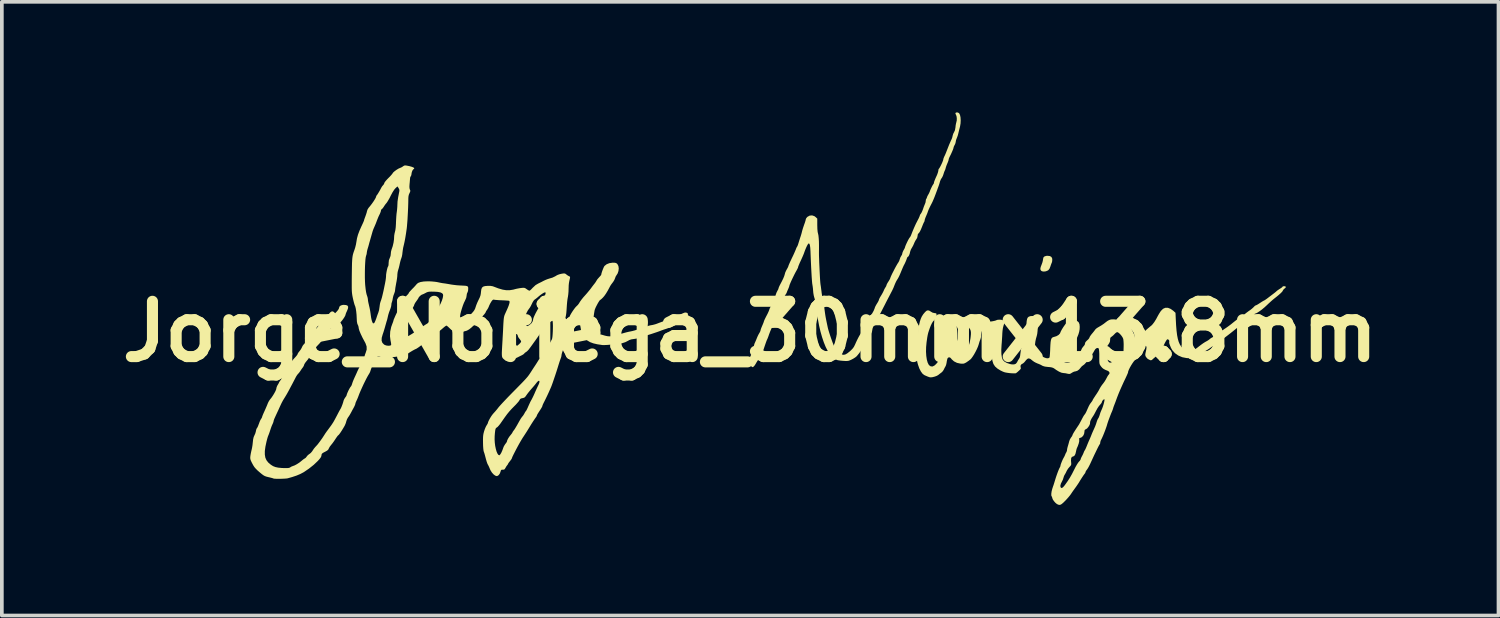
<source format=kicad_pcb>
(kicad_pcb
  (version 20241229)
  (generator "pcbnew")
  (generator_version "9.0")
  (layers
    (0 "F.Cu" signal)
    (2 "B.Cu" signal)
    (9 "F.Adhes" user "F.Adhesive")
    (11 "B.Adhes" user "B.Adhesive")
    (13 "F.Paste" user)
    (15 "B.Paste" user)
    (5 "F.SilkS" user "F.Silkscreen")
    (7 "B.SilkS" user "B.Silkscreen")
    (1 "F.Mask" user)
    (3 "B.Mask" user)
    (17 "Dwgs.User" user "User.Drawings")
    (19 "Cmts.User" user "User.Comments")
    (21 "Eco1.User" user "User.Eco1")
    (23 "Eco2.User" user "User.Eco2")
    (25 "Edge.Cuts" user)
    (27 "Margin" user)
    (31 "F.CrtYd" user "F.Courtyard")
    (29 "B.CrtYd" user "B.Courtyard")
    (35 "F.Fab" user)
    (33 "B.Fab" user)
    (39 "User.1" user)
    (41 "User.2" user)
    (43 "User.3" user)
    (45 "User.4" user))
  (footprint "Jorge_Noriega_30mmx13.8mm"
    (layer "F.Cu")
    (at 17.3 5.945)
    (property "Reference" "Jorge_Noriega_30mmx13.8mm" (at 0 0 0) (layer "F.SilkS") (effects (font (size 1.5 1.5) (thickness 0.3))))
    (attr board_only exclude_from_pos_files exclude_from_bom)
    (fp_poly (pts (xy 8.13 -2.049) (xy 8.172 -2.024) (xy 8.193 -1.982) (xy 8.195 -1.952) (xy 8.192 -1.907) (xy 8.183 -1.872) (xy 8.181 -1.867) (xy 8.169 -1.839) (xy 8.153 -1.794) (xy 8.143 -1.763) (xy 8.12 -1.706) (xy 8.091 -1.669) (xy 8.072 -1.656) (xy 8.021 -1.635) (xy 7.966 -1.628) (xy 7.917 -1.636) (xy 7.893 -1.651) (xy 7.876 -1.676) (xy 7.872 -1.709) (xy 7.882 -1.755) (xy 7.907 -1.82) (xy 7.927 -1.875) (xy 7.94 -1.927) (xy 7.944 -1.957) (xy 7.954 -2.009) (xy 7.987 -2.041) (xy 8.042 -2.055) (xy 8.064 -2.056)) (stroke (width 0) (type solid)) (fill yes) (layer "F.SilkS"))
    (fp_poly (pts (xy 5.628 -5.944) (xy 5.661 -5.929) (xy 5.669 -5.921) (xy 5.692 -5.877) (xy 5.706 -5.812) (xy 5.711 -5.733) (xy 5.707 -5.647) (xy 5.693 -5.562) (xy 5.686 -5.535) (xy 5.669 -5.47) (xy 5.652 -5.4) (xy 5.645 -5.37) (xy 5.63 -5.314) (xy 5.611 -5.263) (xy 5.602 -5.241) (xy 5.585 -5.196) (xy 5.577 -5.154) (xy 5.577 -5.152) (xy 5.569 -5.112) (xy 5.55 -5.067) (xy 5.547 -5.063) (xy 5.528 -5.026) (xy 5.518 -4.998) (xy 5.518 -4.994) (xy 5.512 -4.969) (xy 5.496 -4.925) (xy 5.473 -4.871) (xy 5.447 -4.813) (xy 5.42 -4.759) (xy 5.414 -4.747) (xy 5.395 -4.706) (xy 5.385 -4.674) (xy 5.385 -4.668) (xy 5.379 -4.641) (xy 5.364 -4.599) (xy 5.35 -4.566) (xy 5.328 -4.513) (xy 5.31 -4.461) (xy 5.304 -4.438) (xy 5.293 -4.399) (xy 5.282 -4.373) (xy 5.281 -4.371) (xy 5.271 -4.35) (xy 5.256 -4.31) (xy 5.246 -4.276) (xy 5.228 -4.225) (xy 5.207 -4.182) (xy 5.195 -4.165) (xy 5.174 -4.132) (xy 5.154 -4.085) (xy 5.149 -4.068) (xy 5.139 -4.034) (xy 5.131 -4.007) (xy 5.122 -3.98) (xy 5.11 -3.944) (xy 5.091 -3.894) (xy 5.074 -3.846) (xy 5.034 -3.738) (xy 5.001 -3.651) (xy 4.972 -3.581) (xy 4.946 -3.521) (xy 4.918 -3.465) (xy 4.9 -3.431) (xy 4.87 -3.371) (xy 4.843 -3.313) (xy 4.825 -3.268) (xy 4.823 -3.262) (xy 4.806 -3.213) (xy 4.782 -3.155) (xy 4.769 -3.126) (xy 4.75 -3.079) (xy 4.737 -3.039) (xy 4.734 -3.022) (xy 4.728 -2.991) (xy 4.722 -2.98) (xy 4.711 -2.96) (xy 4.693 -2.921) (xy 4.672 -2.869) (xy 4.667 -2.855) (xy 4.632 -2.77) (xy 4.602 -2.71) (xy 4.577 -2.673) (xy 4.56 -2.658) (xy 4.547 -2.637) (xy 4.542 -2.6) (xy 4.542 -2.597) (xy 4.529 -2.541) (xy 4.507 -2.505) (xy 4.481 -2.465) (xy 4.455 -2.413) (xy 4.447 -2.393) (xy 4.423 -2.338) (xy 4.393 -2.283) (xy 4.384 -2.269) (xy 4.358 -2.221) (xy 4.341 -2.172) (xy 4.338 -2.161) (xy 4.327 -2.112) (xy 4.309 -2.067) (xy 4.29 -2.036) (xy 4.275 -2.027) (xy 4.262 -2.014) (xy 4.251 -1.986) (xy 4.236 -1.942) (xy 4.213 -1.887) (xy 4.188 -1.833) (xy 4.172 -1.805) (xy 4.16 -1.78) (xy 4.141 -1.738) (xy 4.119 -1.686) (xy 4.081 -1.594) (xy 4.051 -1.524) (xy 4.025 -1.471) (xy 4.002 -1.43) (xy 3.985 -1.404) (xy 3.96 -1.361) (xy 3.933 -1.303) (xy 3.914 -1.256) (xy 3.887 -1.188) (xy 3.853 -1.115) (xy 3.831 -1.073) (xy 3.809 -1.031) (xy 3.777 -0.969) (xy 3.737 -0.893) (xy 3.693 -0.808) (xy 3.648 -0.719) (xy 3.647 -0.717) (xy 3.604 -0.634) (xy 3.565 -0.557) (xy 3.531 -0.492) (xy 3.505 -0.444) (xy 3.489 -0.416) (xy 3.488 -0.414) (xy 3.469 -0.376) (xy 3.451 -0.327) (xy 3.447 -0.314) (xy 3.432 -0.273) (xy 3.415 -0.246) (xy 3.408 -0.241) (xy 3.388 -0.223) (xy 3.364 -0.185) (xy 3.341 -0.138) (xy 3.322 -0.091) (xy 3.314 -0.053) (xy 3.314 -0.049) (xy 3.303 0.008) (xy 3.27 0.074) (xy 3.214 0.151) (xy 3.198 0.17) (xy 3.16 0.218) (xy 3.13 0.263) (xy 3.114 0.297) (xy 3.113 0.3) (xy 3.096 0.34) (xy 3.069 0.379) (xy 3.068 0.38) (xy 3.044 0.416) (xy 3.033 0.45) (xy 3.033 0.452) (xy 3.023 0.484) (xy 2.996 0.531) (xy 2.956 0.588) (xy 2.907 0.648) (xy 2.887 0.671) (xy 2.853 0.699) (xy 2.803 0.731) (xy 2.753 0.758) (xy 2.707 0.779) (xy 2.67 0.792) (xy 2.634 0.797) (xy 2.587 0.798) (xy 2.521 0.794) (xy 2.52 0.794) (xy 2.455 0.788) (xy 2.398 0.78) (xy 2.358 0.772) (xy 2.348 0.768) (xy 2.285 0.725) (xy 2.217 0.663) (xy 2.152 0.591) (xy 2.1 0.517) (xy 2.049 0.418) (xy 1.999 0.295) (xy 1.951 0.153) (xy 1.907 -0.002) (xy 1.869 -0.166) (xy 1.838 -0.332) (xy 1.82 -0.466) (xy 1.803 -0.594) (xy 1.786 -0.71) (xy 1.768 -0.809) (xy 1.751 -0.886) (xy 1.737 -0.932) (xy 1.724 -0.983) (xy 1.713 -1.048) (xy 1.708 -1.102) (xy 1.703 -1.167) (xy 1.695 -1.231) (xy 1.688 -1.273) (xy 1.682 -1.313) (xy 1.676 -1.381) (xy 1.669 -1.477) (xy 1.662 -1.6) (xy 1.654 -1.749) (xy 1.646 -1.922) (xy 1.638 -2.12) (xy 1.636 -2.18) (xy 1.63 -2.273) (xy 1.621 -2.339) (xy 1.609 -2.378) (xy 1.593 -2.391) (xy 1.581 -2.388) (xy 1.564 -2.367) (xy 1.541 -2.326) (xy 1.516 -2.272) (xy 1.491 -2.212) (xy 1.472 -2.16) (xy 1.455 -2.112) (xy 1.428 -2.047) (xy 1.396 -1.975) (xy 1.374 -1.927) (xy 1.345 -1.865) (xy 1.322 -1.81) (xy 1.306 -1.771) (xy 1.302 -1.754) (xy 1.295 -1.73) (xy 1.276 -1.691) (xy 1.257 -1.656) (xy 1.23 -1.608) (xy 1.198 -1.546) (xy 1.165 -1.479) (xy 1.132 -1.41) (xy 1.103 -1.347) (xy 1.081 -1.295) (xy 1.067 -1.26) (xy 1.065 -1.25) (xy 1.059 -1.226) (xy 1.044 -1.185) (xy 1.028 -1.148) (xy 1.008 -1.103) (xy 0.995 -1.07) (xy 0.991 -1.056) (xy 0.983 -1.039) (xy 0.963 -1.008) (xy 0.957 -1) (xy 0.93 -0.954) (xy 0.908 -0.902) (xy 0.905 -0.893) (xy 0.889 -0.85) (xy 0.871 -0.819) (xy 0.865 -0.814) (xy 0.849 -0.786) (xy 0.843 -0.749) (xy 0.837 -0.699) (xy 0.821 -0.635) (xy 0.799 -0.57) (xy 0.775 -0.516) (xy 0.767 -0.503) (xy 0.746 -0.46) (xy 0.733 -0.419) (xy 0.72 -0.381) (xy 0.703 -0.355) (xy 0.685 -0.329) (xy 0.672 -0.291) (xy 0.66 -0.254) (xy 0.637 -0.203) (xy 0.609 -0.149) (xy 0.609 -0.149) (xy 0.579 -0.087) (xy 0.546 -0.012) (xy 0.518 0.062) (xy 0.514 0.072) (xy 0.494 0.13) (xy 0.476 0.178) (xy 0.463 0.208) (xy 0.46 0.214) (xy 0.451 0.233) (xy 0.435 0.275) (xy 0.415 0.332) (xy 0.392 0.399) (xy 0.363 0.486) (xy 0.34 0.551) (xy 0.318 0.604) (xy 0.294 0.649) (xy 0.265 0.696) (xy 0.23 0.747) (xy 0.196 0.797) (xy 0.167 0.844) (xy 0.149 0.876) (xy 0.123 0.917) (xy 0.098 0.945) (xy 0.076 0.963) (xy 0.059 0.964) (xy 0.036 0.948) (xy 0.025 0.938) (xy -0.025 0.91) (xy -0.059 0.905) (xy -0.108 0.896) (xy -0.145 0.865) (xy -0.162 0.82) (xy -0.163 0.812) (xy -0.15 0.771) (xy -0.114 0.746) (xy -0.068 0.74) (xy -0.035 0.731) (xy -0.009 0.699) (xy -0.004 0.69) (xy 0.021 0.643) (xy 0.049 0.591) (xy 0.053 0.583) (xy 0.073 0.534) (xy 0.088 0.473) (xy 0.093 0.44) (xy 0.102 0.383) (xy 0.116 0.33) (xy 0.126 0.307) (xy 0.145 0.265) (xy 0.168 0.211) (xy 0.181 0.178) (xy 0.205 0.122) (xy 0.232 0.068) (xy 0.246 0.045) (xy 0.268 0.006) (xy 0.28 -0.025) (xy 0.281 -0.032) (xy 0.287 -0.057) (xy 0.302 -0.1) (xy 0.323 -0.15) (xy 0.346 -0.204) (xy 0.365 -0.252) (xy 0.374 -0.282) (xy 0.386 -0.313) (xy 0.408 -0.36) (xy 0.436 -0.415) (xy 0.443 -0.428) (xy 0.473 -0.486) (xy 0.499 -0.542) (xy 0.516 -0.585) (xy 0.517 -0.59) (xy 0.533 -0.635) (xy 0.552 -0.671) (xy 0.554 -0.674) (xy 0.572 -0.705) (xy 0.576 -0.726) (xy 0.586 -0.753) (xy 0.606 -0.781) (xy 0.622 -0.8) (xy 0.636 -0.827) (xy 0.652 -0.866) (xy 0.671 -0.923) (xy 0.695 -1.003) (xy 0.696 -1.006) (xy 0.714 -1.056) (xy 0.736 -1.101) (xy 0.742 -1.112) (xy 0.761 -1.146) (xy 0.769 -1.172) (xy 0.776 -1.197) (xy 0.793 -1.236) (xy 0.808 -1.266) (xy 0.858 -1.361) (xy 0.894 -1.434) (xy 0.918 -1.491) (xy 0.933 -1.535) (xy 0.939 -1.558) (xy 0.952 -1.604) (xy 0.977 -1.658) (xy 0.992 -1.686) (xy 1.016 -1.728) (xy 1.032 -1.762) (xy 1.036 -1.775) (xy 1.042 -1.795) (xy 1.059 -1.835) (xy 1.084 -1.892) (xy 1.116 -1.959) (xy 1.129 -1.988) (xy 1.165 -2.062) (xy 1.197 -2.132) (xy 1.222 -2.19) (xy 1.239 -2.23) (xy 1.241 -2.237) (xy 1.256 -2.274) (xy 1.269 -2.298) (xy 1.271 -2.3) (xy 1.281 -2.317) (xy 1.296 -2.354) (xy 1.312 -2.405) (xy 1.315 -2.415) (xy 1.335 -2.479) (xy 1.355 -2.542) (xy 1.371 -2.589) (xy 1.388 -2.645) (xy 1.403 -2.701) (xy 1.406 -2.715) (xy 1.417 -2.756) (xy 1.435 -2.815) (xy 1.457 -2.879) (xy 1.463 -2.897) (xy 1.484 -2.955) (xy 1.5 -3.006) (xy 1.508 -3.04) (xy 1.509 -3.047) (xy 1.52 -3.074) (xy 1.546 -3.105) (xy 1.554 -3.113) (xy 1.614 -3.146) (xy 1.679 -3.152) (xy 1.741 -3.132) (xy 1.774 -3.108) (xy 1.82 -3.065) (xy 1.82 -2.89) (xy 1.823 -2.781) (xy 1.831 -2.7) (xy 1.843 -2.65) (xy 1.852 -2.606) (xy 1.859 -2.538) (xy 1.865 -2.45) (xy 1.867 -2.347) (xy 1.867 -2.235) (xy 1.866 -2.167) (xy 1.866 -2.122) (xy 1.867 -2.055) (xy 1.87 -1.97) (xy 1.873 -1.873) (xy 1.878 -1.77) (xy 1.883 -1.664) (xy 1.888 -1.562) (xy 1.893 -1.468) (xy 1.898 -1.388) (xy 1.903 -1.327) (xy 1.907 -1.289) (xy 1.907 -1.287) (xy 1.917 -1.224) (xy 1.927 -1.147) (xy 1.937 -1.072) (xy 1.937 -1.065) (xy 1.948 -0.991) (xy 1.961 -0.913) (xy 1.974 -0.848) (xy 1.975 -0.843) (xy 1.987 -0.787) (xy 2 -0.713) (xy 2.013 -0.632) (xy 2.02 -0.577) (xy 2.029 -0.51) (xy 2.038 -0.449) (xy 2.048 -0.389) (xy 2.061 -0.322) (xy 2.077 -0.243) (xy 2.098 -0.144) (xy 2.108 -0.096) (xy 2.121 -0.048) (xy 2.141 0.019) (xy 2.166 0.097) (xy 2.194 0.179) (xy 2.222 0.259) (xy 2.248 0.328) (xy 2.27 0.381) (xy 2.28 0.403) (xy 2.304 0.439) (xy 2.343 0.484) (xy 2.388 0.532) (xy 2.433 0.576) (xy 2.473 0.609) (xy 2.496 0.623) (xy 2.537 0.63) (xy 2.581 0.621) (xy 2.632 0.592) (xy 2.695 0.543) (xy 2.708 0.532) (xy 2.754 0.488) (xy 2.789 0.45) (xy 2.817 0.408) (xy 2.845 0.352) (xy 2.867 0.302) (xy 2.899 0.233) (xy 2.932 0.167) (xy 2.962 0.112) (xy 2.976 0.09) (xy 3.003 0.047) (xy 3.038 -0.013) (xy 3.075 -0.08) (xy 3.095 -0.118) (xy 3.127 -0.179) (xy 3.156 -0.23) (xy 3.178 -0.267) (xy 3.187 -0.281) (xy 3.205 -0.312) (xy 3.216 -0.344) (xy 3.232 -0.381) (xy 3.259 -0.423) (xy 3.266 -0.432) (xy 3.311 -0.495) (xy 3.35 -0.565) (xy 3.376 -0.629) (xy 3.379 -0.641) (xy 3.393 -0.677) (xy 3.418 -0.724) (xy 3.44 -0.76) (xy 3.467 -0.804) (xy 3.486 -0.841) (xy 3.491 -0.859) (xy 3.499 -0.883) (xy 3.519 -0.923) (xy 3.547 -0.97) (xy 3.548 -0.97) (xy 3.579 -1.023) (xy 3.606 -1.073) (xy 3.621 -1.106) (xy 3.643 -1.155) (xy 3.668 -1.197) (xy 3.689 -1.232) (xy 3.698 -1.258) (xy 3.698 -1.26) (xy 3.706 -1.282) (xy 3.726 -1.32) (xy 3.75 -1.357) (xy 3.777 -1.401) (xy 3.796 -1.437) (xy 3.802 -1.455) (xy 3.809 -1.476) (xy 3.827 -1.517) (xy 3.853 -1.573) (xy 3.886 -1.637) (xy 3.92 -1.704) (xy 3.954 -1.767) (xy 3.985 -1.821) (xy 4.009 -1.861) (xy 4.017 -1.871) (xy 4.042 -1.916) (xy 4.058 -1.964) (xy 4.059 -1.965) (xy 4.075 -2.013) (xy 4.098 -2.052) (xy 4.119 -2.088) (xy 4.127 -2.121) (xy 4.135 -2.152) (xy 4.154 -2.194) (xy 4.164 -2.212) (xy 4.186 -2.251) (xy 4.199 -2.282) (xy 4.201 -2.29) (xy 4.208 -2.314) (xy 4.225 -2.356) (xy 4.249 -2.408) (xy 4.275 -2.462) (xy 4.3 -2.509) (xy 4.32 -2.542) (xy 4.329 -2.552) (xy 4.345 -2.574) (xy 4.364 -2.613) (xy 4.369 -2.626) (xy 4.406 -2.721) (xy 4.45 -2.825) (xy 4.496 -2.926) (xy 4.54 -3.011) (xy 4.545 -3.022) (xy 4.572 -3.073) (xy 4.591 -3.116) (xy 4.6 -3.142) (xy 4.601 -3.145) (xy 4.61 -3.171) (xy 4.63 -3.198) (xy 4.649 -3.228) (xy 4.671 -3.276) (xy 4.69 -3.326) (xy 4.709 -3.383) (xy 4.729 -3.433) (xy 4.742 -3.464) (xy 4.758 -3.509) (xy 4.763 -3.549) (xy 4.768 -3.583) (xy 4.778 -3.602) (xy 4.792 -3.624) (xy 4.793 -3.633) (xy 4.801 -3.658) (xy 4.819 -3.695) (xy 4.828 -3.71) (xy 4.852 -3.753) (xy 4.87 -3.793) (xy 4.873 -3.802) (xy 4.886 -3.839) (xy 4.907 -3.885) (xy 4.93 -3.933) (xy 4.952 -3.974) (xy 4.969 -3.999) (xy 4.972 -4.003) (xy 4.983 -4.023) (xy 4.985 -4.04) (xy 4.991 -4.065) (xy 5.008 -4.11) (xy 5.031 -4.166) (xy 5.044 -4.194) (xy 5.071 -4.254) (xy 5.091 -4.31) (xy 5.102 -4.351) (xy 5.104 -4.363) (xy 5.108 -4.397) (xy 5.118 -4.415) (xy 5.133 -4.434) (xy 5.155 -4.472) (xy 5.18 -4.521) (xy 5.205 -4.574) (xy 5.224 -4.621) (xy 5.236 -4.655) (xy 5.237 -4.664) (xy 5.244 -4.695) (xy 5.26 -4.737) (xy 5.265 -4.747) (xy 5.284 -4.786) (xy 5.308 -4.842) (xy 5.333 -4.906) (xy 5.341 -4.926) (xy 5.395 -5.064) (xy 5.447 -5.184) (xy 5.466 -5.222) (xy 5.481 -5.263) (xy 5.492 -5.311) (xy 5.493 -5.314) (xy 5.507 -5.363) (xy 5.53 -5.409) (xy 5.531 -5.41) (xy 5.555 -5.462) (xy 5.569 -5.538) (xy 5.569 -5.542) (xy 5.575 -5.598) (xy 5.585 -5.648) (xy 5.591 -5.672) (xy 5.604 -5.727) (xy 5.605 -5.79) (xy 5.597 -5.847) (xy 5.583 -5.88) (xy 5.569 -5.911) (xy 5.569 -5.931) (xy 5.593 -5.945)) (stroke (width 0) (type solid)) (fill yes) (layer "F.SilkS"))
    (fp_poly (pts (xy 14.509 -1.229) (xy 14.527 -1.22) (xy 14.531 -1.202) (xy 14.512 -1.18) (xy 14.499 -1.17) (xy 14.468 -1.142) (xy 14.451 -1.114) (xy 14.45 -1.112) (xy 14.435 -1.086) (xy 14.396 -1.045) (xy 14.333 -0.989) (xy 14.249 -0.921) (xy 14.211 -0.891) (xy 14.171 -0.858) (xy 14.117 -0.81) (xy 14.058 -0.756) (xy 14.014 -0.714) (xy 13.952 -0.657) (xy 13.886 -0.602) (xy 13.823 -0.555) (xy 13.767 -0.518) (xy 13.723 -0.494) (xy 13.701 -0.488) (xy 13.682 -0.477) (xy 13.661 -0.452) (xy 13.636 -0.425) (xy 13.595 -0.39) (xy 13.553 -0.361) (xy 13.495 -0.319) (xy 13.434 -0.272) (xy 13.4 -0.242) (xy 13.361 -0.208) (xy 13.331 -0.185) (xy 13.316 -0.178) (xy 13.299 -0.169) (xy 13.265 -0.145) (xy 13.221 -0.111) (xy 13.199 -0.092) (xy 13.026 0.047) (xy 12.871 0.166) (xy 12.73 0.269) (xy 12.712 0.281) (xy 12.641 0.331) (xy 12.564 0.384) (xy 12.493 0.434) (xy 12.461 0.457) (xy 12.393 0.501) (xy 12.317 0.545) (xy 12.247 0.582) (xy 12.236 0.587) (xy 12.168 0.618) (xy 12.098 0.652) (xy 12.039 0.682) (xy 12.037 0.683) (xy 11.99 0.706) (xy 11.954 0.718) (xy 11.917 0.723) (xy 11.867 0.72) (xy 11.837 0.718) (xy 11.721 0.695) (xy 11.615 0.65) (xy 11.525 0.587) (xy 11.454 0.508) (xy 11.417 0.444) (xy 11.391 0.381) (xy 11.375 0.338) (xy 11.367 0.309) (xy 11.367 0.287) (xy 11.369 0.275) (xy 11.367 0.242) (xy 11.347 0.217) (xy 11.319 0.209) (xy 11.312 0.211) (xy 11.297 0.228) (xy 11.274 0.264) (xy 11.248 0.312) (xy 11.222 0.365) (xy 11.201 0.414) (xy 11.191 0.444) (xy 11.175 0.481) (xy 11.162 0.503) (xy 11.142 0.531) (xy 11.12 0.57) (xy 11.118 0.573) (xy 11.091 0.611) (xy 11.049 0.648) (xy 11.032 0.66) (xy 10.984 0.694) (xy 10.94 0.731) (xy 10.928 0.742) (xy 10.895 0.772) (xy 10.866 0.778) (xy 10.854 0.776) (xy 10.785 0.742) (xy 10.737 0.689) (xy 10.733 0.681) (xy 10.722 0.655) (xy 10.718 0.629) (xy 10.722 0.593) (xy 10.734 0.538) (xy 10.735 0.535) (xy 10.746 0.481) (xy 10.751 0.436) (xy 10.75 0.409) (xy 10.75 0.409) (xy 10.73 0.388) (xy 10.699 0.389) (xy 10.665 0.411) (xy 10.652 0.425) (xy 10.6 0.497) (xy 10.556 0.566) (xy 10.525 0.624) (xy 10.511 0.663) (xy 10.494 0.702) (xy 10.463 0.745) (xy 10.449 0.759) (xy 10.414 0.799) (xy 10.375 0.853) (xy 10.335 0.916) (xy 10.299 0.98) (xy 10.271 1.038) (xy 10.254 1.083) (xy 10.252 1.099) (xy 10.25 1.11) (xy 10.244 1.128) (xy 10.231 1.158) (xy 10.211 1.203) (xy 10.182 1.266) (xy 10.141 1.351) (xy 10.126 1.383) (xy 10.083 1.478) (xy 10.037 1.581) (xy 9.994 1.684) (xy 9.957 1.778) (xy 9.931 1.849) (xy 9.91 1.907) (xy 9.886 1.969) (xy 9.881 1.982) (xy 9.862 2.031) (xy 9.848 2.073) (xy 9.845 2.086) (xy 9.831 2.127) (xy 9.815 2.167) (xy 9.796 2.21) (xy 9.773 2.268) (xy 9.748 2.334) (xy 9.723 2.4) (xy 9.703 2.458) (xy 9.689 2.501) (xy 9.685 2.515) (xy 9.674 2.554) (xy 9.654 2.612) (xy 9.629 2.682) (xy 9.601 2.754) (xy 9.573 2.823) (xy 9.548 2.879) (xy 9.53 2.917) (xy 9.528 2.92) (xy 9.507 2.963) (xy 9.497 3.003) (xy 9.497 3.008) (xy 9.493 3.039) (xy 9.485 3.053) (xy 9.473 3.07) (xy 9.45 3.112) (xy 9.418 3.175) (xy 9.378 3.258) (xy 9.33 3.357) (xy 9.278 3.47) (xy 9.225 3.585) (xy 9.196 3.644) (xy 9.166 3.699) (xy 9.14 3.739) (xy 9.135 3.745) (xy 9.111 3.778) (xy 9.098 3.805) (xy 9.098 3.809) (xy 9.088 3.837) (xy 9.079 3.849) (xy 9.06 3.874) (xy 9.029 3.918) (xy 8.991 3.976) (xy 8.95 4.041) (xy 8.916 4.098) (xy 8.885 4.145) (xy 8.846 4.202) (xy 8.809 4.253) (xy 8.769 4.308) (xy 8.73 4.364) (xy 8.702 4.407) (xy 8.674 4.445) (xy 8.632 4.496) (xy 8.582 4.552) (xy 8.548 4.588) (xy 8.49 4.645) (xy 8.445 4.682) (xy 8.409 4.7) (xy 8.376 4.701) (xy 8.341 4.688) (xy 8.319 4.676) (xy 8.281 4.645) (xy 8.244 4.603) (xy 8.213 4.559) (xy 8.197 4.521) (xy 8.195 4.511) (xy 8.186 4.48) (xy 8.179 4.472) (xy 8.169 4.445) (xy 8.169 4.397) (xy 8.177 4.336) (xy 8.194 4.269) (xy 8.206 4.231) (xy 8.223 4.181) (xy 8.414 4.181) (xy 8.419 4.22) (xy 8.42 4.221) (xy 8.439 4.242) (xy 8.463 4.24) (xy 8.495 4.214) (xy 8.537 4.164) (xy 8.539 4.161) (xy 8.612 4.058) (xy 8.674 3.962) (xy 8.731 3.861) (xy 8.791 3.743) (xy 8.792 3.741) (xy 8.827 3.672) (xy 8.863 3.609) (xy 8.895 3.559) (xy 8.919 3.529) (xy 8.948 3.497) (xy 8.963 3.47) (xy 8.965 3.464) (xy 8.972 3.439) (xy 8.99 3.4) (xy 9 3.382) (xy 9.024 3.336) (xy 9.042 3.295) (xy 9.046 3.284) (xy 9.061 3.247) (xy 9.074 3.225) (xy 9.089 3.2) (xy 9.109 3.157) (xy 9.127 3.114) (xy 9.153 3.049) (xy 9.182 2.98) (xy 9.198 2.944) (xy 9.224 2.885) (xy 9.249 2.825) (xy 9.26 2.796) (xy 9.28 2.747) (xy 9.307 2.686) (xy 9.331 2.633) (xy 9.358 2.572) (xy 9.382 2.508) (xy 9.396 2.463) (xy 9.412 2.414) (xy 9.43 2.373) (xy 9.439 2.36) (xy 9.457 2.328) (xy 9.475 2.281) (xy 9.483 2.256) (xy 9.5 2.2) (xy 9.522 2.146) (xy 9.53 2.129) (xy 9.55 2.083) (xy 9.57 2.028) (xy 9.588 1.969) (xy 9.602 1.914) (xy 9.611 1.869) (xy 9.612 1.841) (xy 9.607 1.834) (xy 9.583 1.846) (xy 9.558 1.873) (xy 9.543 1.902) (xy 9.542 1.91) (xy 9.532 1.935) (xy 9.506 1.969) (xy 9.491 1.985) (xy 9.459 2.023) (xy 9.423 2.076) (xy 9.39 2.136) (xy 9.385 2.145) (xy 9.355 2.203) (xy 9.326 2.257) (xy 9.301 2.296) (xy 9.298 2.3) (xy 9.266 2.35) (xy 9.239 2.401) (xy 9.223 2.444) (xy 9.22 2.473) (xy 9.22 2.474) (xy 9.218 2.503) (xy 9.201 2.544) (xy 9.173 2.588) (xy 9.142 2.625) (xy 9.112 2.646) (xy 9.111 2.646) (xy 9.082 2.661) (xy 9.07 2.685) (xy 9.068 2.716) (xy 9.058 2.776) (xy 9.031 2.829) (xy 8.992 2.867) (xy 8.962 2.88) (xy 8.931 2.889) (xy 8.923 2.907) (xy 8.927 2.934) (xy 8.926 2.977) (xy 8.912 3.038) (xy 8.887 3.108) (xy 8.861 3.166) (xy 8.852 3.195) (xy 8.842 3.238) (xy 8.839 3.255) (xy 8.822 3.322) (xy 8.797 3.367) (xy 8.765 3.387) (xy 8.758 3.388) (xy 8.725 3.401) (xy 8.707 3.439) (xy 8.703 3.501) (xy 8.706 3.534) (xy 8.71 3.582) (xy 8.707 3.614) (xy 8.692 3.64) (xy 8.662 3.673) (xy 8.662 3.673) (xy 8.625 3.717) (xy 8.594 3.766) (xy 8.585 3.783) (xy 8.563 3.83) (xy 8.539 3.872) (xy 8.536 3.876) (xy 8.514 3.917) (xy 8.499 3.965) (xy 8.499 3.965) (xy 8.483 4.015) (xy 8.46 4.063) (xy 8.459 4.064) (xy 8.428 4.127) (xy 8.414 4.181) (xy 8.223 4.181) (xy 8.227 4.172) (xy 8.249 4.102) (xy 8.266 4.046) (xy 8.29 3.968) (xy 8.317 3.888) (xy 8.344 3.813) (xy 8.369 3.75) (xy 8.389 3.705) (xy 8.397 3.691) (xy 8.413 3.659) (xy 8.417 3.64) (xy 8.423 3.611) (xy 8.439 3.566) (xy 8.46 3.513) (xy 8.483 3.462) (xy 8.504 3.422) (xy 8.508 3.416) (xy 8.53 3.375) (xy 8.543 3.343) (xy 8.56 3.302) (xy 8.575 3.277) (xy 8.591 3.24) (xy 8.595 3.216) (xy 8.599 3.183) (xy 8.61 3.136) (xy 8.617 3.112) (xy 8.634 3.054) (xy 8.65 2.995) (xy 8.654 2.978) (xy 8.673 2.926) (xy 8.701 2.879) (xy 8.706 2.872) (xy 8.73 2.839) (xy 8.742 2.813) (xy 8.743 2.809) (xy 8.751 2.788) (xy 8.773 2.747) (xy 8.808 2.691) (xy 8.851 2.625) (xy 8.9 2.551) (xy 8.906 2.543) (xy 8.925 2.513) (xy 8.951 2.464) (xy 8.982 2.407) (xy 8.992 2.387) (xy 9.021 2.332) (xy 9.047 2.286) (xy 9.067 2.257) (xy 9.072 2.252) (xy 9.089 2.229) (xy 9.111 2.189) (xy 9.126 2.157) (xy 9.16 2.08) (xy 9.185 2.025) (xy 9.206 1.985) (xy 9.226 1.954) (xy 9.249 1.924) (xy 9.249 1.923) (xy 9.274 1.89) (xy 9.289 1.865) (xy 9.29 1.859) (xy 9.298 1.843) (xy 9.319 1.808) (xy 9.35 1.761) (xy 9.368 1.733) (xy 9.408 1.674) (xy 9.445 1.615) (xy 9.472 1.566) (xy 9.478 1.553) (xy 9.506 1.504) (xy 9.544 1.448) (xy 9.571 1.414) (xy 9.611 1.36) (xy 9.648 1.3) (xy 9.666 1.266) (xy 9.69 1.22) (xy 9.713 1.183) (xy 9.725 1.17) (xy 9.748 1.136) (xy 9.744 1.101) (xy 9.716 1.072) (xy 9.701 1.065) (xy 9.633 1.037) (xy 9.586 1.012) (xy 9.552 0.985) (xy 9.522 0.951) (xy 9.515 0.941) (xy 9.496 0.914) (xy 9.484 0.891) (xy 9.476 0.864) (xy 9.472 0.827) (xy 9.471 0.774) (xy 9.471 0.699) (xy 9.471 0.694) (xy 9.471 0.599) (xy 9.467 0.529) (xy 9.461 0.483) (xy 9.459 0.476) (xy 9.649 0.476) (xy 9.651 0.517) (xy 9.653 0.531) (xy 9.668 0.643) (xy 9.684 0.728) (xy 9.704 0.788) (xy 9.728 0.825) (xy 9.756 0.842) (xy 9.769 0.843) (xy 9.798 0.835) (xy 9.842 0.814) (xy 9.89 0.785) (xy 9.891 0.784) (xy 9.95 0.74) (xy 10.013 0.688) (xy 10.052 0.651) (xy 10.126 0.576) (xy 10.131 0.416) (xy 10.132 0.343) (xy 10.129 0.276) (xy 10.124 0.222) (xy 10.12 0.198) (xy 10.101 0.155) (xy 10.069 0.108) (xy 10.031 0.064) (xy 9.993 0.031) (xy 9.961 0.015) (xy 9.957 0.015) (xy 9.93 0.025) (xy 9.898 0.052) (xy 9.888 0.063) (xy 9.851 0.101) (xy 9.812 0.133) (xy 9.806 0.137) (xy 9.778 0.158) (xy 9.766 0.186) (xy 9.764 0.226) (xy 9.76 0.268) (xy 9.744 0.308) (xy 9.714 0.355) (xy 9.704 0.369) (xy 9.672 0.413) (xy 9.655 0.445) (xy 9.649 0.476) (xy 9.459 0.476) (xy 9.451 0.455) (xy 9.437 0.444) (xy 9.431 0.444) (xy 9.394 0.451) (xy 9.363 0.476) (xy 9.332 0.524) (xy 9.325 0.538) (xy 9.295 0.59) (xy 9.261 0.639) (xy 9.243 0.658) (xy 9.212 0.694) (xy 9.175 0.744) (xy 9.142 0.794) (xy 9.104 0.848) (xy 9.065 0.89) (xy 9.039 0.91) (xy 8.998 0.94) (xy 8.965 0.979) (xy 8.965 0.979) (xy 8.924 1.028) (xy 8.874 1.064) (xy 8.823 1.08) (xy 8.818 1.08) (xy 8.783 1.088) (xy 8.741 1.109) (xy 8.725 1.119) (xy 8.688 1.142) (xy 8.658 1.15) (xy 8.62 1.145) (xy 8.603 1.141) (xy 8.551 1.13) (xy 8.501 1.125) (xy 8.49 1.124) (xy 8.441 1.114) (xy 8.376 1.085) (xy 8.303 1.041) (xy 8.256 1.007) (xy 8.223 0.987) (xy 8.185 0.973) (xy 8.133 0.964) (xy 8.083 0.96) (xy 7.999 0.95) (xy 7.941 0.933) (xy 7.919 0.922) (xy 7.881 0.901) (xy 7.829 0.878) (xy 7.796 0.866) (xy 7.735 0.838) (xy 7.674 0.8) (xy 7.652 0.782) (xy 7.601 0.742) (xy 7.559 0.727) (xy 7.522 0.738) (xy 7.483 0.775) (xy 7.471 0.791) (xy 7.439 0.83) (xy 7.41 0.857) (xy 7.396 0.866) (xy 7.354 0.891) (xy 7.333 0.928) (xy 7.337 0.967) (xy 7.343 0.991) (xy 7.337 1.013) (xy 7.314 1.04) (xy 7.291 1.061) (xy 7.254 1.095) (xy 7.222 1.12) (xy 7.21 1.129) (xy 7.187 1.133) (xy 7.142 1.133) (xy 7.082 1.13) (xy 7.044 1.127) (xy 6.968 1.117) (xy 6.91 1.106) (xy 6.859 1.088) (xy 6.803 1.061) (xy 6.796 1.058) (xy 6.707 1.003) (xy 6.642 0.945) (xy 6.599 0.879) (xy 6.573 0.799) (xy 6.569 0.776) (xy 6.558 0.711) (xy 6.544 0.637) (xy 6.535 0.592) (xy 6.528 0.557) (xy 6.524 0.521) (xy 6.522 0.481) (xy 6.522 0.433) (xy 6.525 0.371) (xy 6.531 0.291) (xy 6.54 0.19) (xy 6.548 0.101) (xy 6.55 0.045) (xy 6.54 0.005) (xy 6.515 -0.021) (xy 6.473 -0.035) (xy 6.408 -0.038) (xy 6.32 -0.032) (xy 6.299 -0.031) (xy 6.287 -0.016) (xy 6.274 0.017) (xy 6.265 0.058) (xy 6.261 0.097) (xy 6.262 0.115) (xy 6.261 0.152) (xy 6.249 0.199) (xy 6.244 0.213) (xy 6.223 0.267) (xy 6.205 0.328) (xy 6.201 0.343) (xy 6.181 0.403) (xy 6.15 0.475) (xy 6.112 0.551) (xy 6.07 0.626) (xy 6.028 0.69) (xy 5.992 0.738) (xy 5.979 0.751) (xy 5.931 0.789) (xy 5.876 0.827) (xy 5.86 0.838) (xy 5.82 0.859) (xy 5.785 0.87) (xy 5.742 0.871) (xy 5.7 0.868) (xy 5.61 0.848) (xy 5.53 0.808) (xy 5.467 0.752) (xy 5.453 0.733) (xy 5.422 0.703) (xy 5.388 0.698) (xy 5.36 0.717) (xy 5.355 0.725) (xy 5.344 0.757) (xy 5.334 0.805) (xy 5.33 0.833) (xy 5.32 0.885) (xy 5.305 0.931) (xy 5.296 0.947) (xy 5.273 0.988) (xy 5.252 1.032) (xy 5.226 1.074) (xy 5.189 1.111) (xy 5.187 1.112) (xy 5.145 1.143) (xy 5.108 1.173) (xy 5.107 1.174) (xy 5.068 1.198) (xy 5.011 1.22) (xy 4.95 1.236) (xy 4.899 1.242) (xy 4.867 1.238) (xy 4.822 1.223) (xy 4.759 1.196) (xy 4.722 1.179) (xy 4.676 1.143) (xy 4.631 1.082) (xy 4.589 1.001) (xy 4.554 0.902) (xy 4.55 0.888) (xy 4.536 0.838) (xy 4.526 0.789) (xy 4.519 0.739) (xy 4.516 0.682) (xy 4.515 0.615) (xy 4.517 0.534) (xy 4.523 0.435) (xy 4.531 0.313) (xy 4.539 0.207) (xy 4.553 0.053) (xy 4.567 -0.076) (xy 4.583 -0.182) (xy 4.603 -0.27) (xy 4.626 -0.342) (xy 4.653 -0.404) (xy 4.686 -0.457) (xy 4.697 -0.473) (xy 4.746 -0.531) (xy 4.786 -0.566) (xy 4.822 -0.577) (xy 4.861 -0.567) (xy 4.903 -0.54) (xy 4.948 -0.514) (xy 4.993 -0.503) (xy 4.997 -0.503) (xy 5.032 -0.498) (xy 5.053 -0.487) (xy 5.056 -0.459) (xy 5.047 -0.416) (xy 5.029 -0.369) (xy 5.007 -0.327) (xy 4.99 -0.307) (xy 4.957 -0.27) (xy 4.928 -0.223) (xy 4.897 -0.157) (xy 4.871 -0.089) (xy 4.848 -0.023) (xy 4.83 0.034) (xy 4.816 0.092) (xy 4.804 0.158) (xy 4.792 0.242) (xy 4.785 0.29) (xy 4.773 0.42) (xy 4.77 0.544) (xy 4.777 0.659) (xy 4.792 0.76) (xy 4.815 0.842) (xy 4.845 0.901) (xy 4.855 0.913) (xy 4.9 0.944) (xy 4.949 0.946) (xy 5.002 0.919) (xy 5.043 0.881) (xy 5.075 0.844) (xy 5.097 0.815) (xy 5.104 0.803) (xy 5.108 0.784) (xy 5.118 0.745) (xy 5.132 0.693) (xy 5.133 0.688) (xy 5.148 0.626) (xy 5.159 0.566) (xy 5.162 0.524) (xy 5.168 0.475) (xy 5.181 0.416) (xy 5.192 0.377) (xy 5.209 0.323) (xy 5.219 0.272) (xy 5.222 0.245) (xy 5.227 0.207) (xy 5.238 0.154) (xy 5.252 0.104) (xy 5.268 0.043) (xy 5.274 -0.011) (xy 5.269 -0.066) (xy 5.253 -0.132) (xy 5.227 -0.21) (xy 5.207 -0.282) (xy 5.205 -0.335) (xy 5.223 -0.375) (xy 5.262 -0.406) (xy 5.286 -0.419) (xy 5.321 -0.433) (xy 5.349 -0.438) (xy 5.383 -0.432) (xy 5.419 -0.42) (xy 5.485 -0.394) (xy 5.529 -0.364) (xy 5.559 -0.323) (xy 5.57 -0.3) (xy 5.582 -0.259) (xy 5.593 -0.197) (xy 5.604 -0.121) (xy 5.614 -0.039) (xy 5.62 0.042) (xy 5.623 0.114) (xy 5.623 0.138) (xy 5.625 0.191) (xy 5.632 0.236) (xy 5.639 0.256) (xy 5.648 0.286) (xy 5.658 0.336) (xy 5.665 0.395) (xy 5.666 0.406) (xy 5.674 0.472) (xy 5.684 0.514) (xy 5.698 0.538) (xy 5.703 0.542) (xy 5.729 0.554) (xy 5.751 0.543) (xy 5.755 0.54) (xy 5.788 0.522) (xy 5.81 0.518) (xy 5.853 0.503) (xy 5.892 0.462) (xy 5.926 0.394) (xy 5.954 0.303) (xy 5.975 0.19) (xy 5.981 0.144) (xy 5.988 0.07) (xy 5.988 0.017) (xy 5.981 -0.026) (xy 5.964 -0.068) (xy 5.934 -0.118) (xy 5.923 -0.135) (xy 5.909 -0.162) (xy 5.906 -0.189) (xy 5.916 -0.228) (xy 5.919 -0.238) (xy 5.933 -0.278) (xy 5.948 -0.296) (xy 5.972 -0.3) (xy 5.984 -0.299) (xy 6.017 -0.296) (xy 6.072 -0.291) (xy 6.138 -0.285) (xy 6.18 -0.281) (xy 6.245 -0.275) (xy 6.299 -0.268) (xy 6.334 -0.263) (xy 6.345 -0.26) (xy 6.368 -0.256) (xy 6.412 -0.258) (xy 6.469 -0.264) (xy 6.531 -0.273) (xy 6.59 -0.283) (xy 6.639 -0.294) (xy 6.67 -0.304) (xy 6.674 -0.307) (xy 6.71 -0.32) (xy 6.77 -0.323) (xy 6.777 -0.323) (xy 6.825 -0.318) (xy 6.852 -0.309) (xy 6.869 -0.29) (xy 6.877 -0.274) (xy 6.889 -0.245) (xy 6.889 -0.216) (xy 6.879 -0.178) (xy 6.871 -0.156) (xy 6.856 -0.095) (xy 6.845 -0.017) (xy 6.84 0.049) (xy 6.837 0.12) (xy 6.831 0.208) (xy 6.825 0.299) (xy 6.82 0.355) (xy 6.812 0.496) (xy 6.815 0.611) (xy 6.828 0.7) (xy 6.851 0.764) (xy 6.853 0.767) (xy 6.896 0.813) (xy 6.963 0.851) (xy 7.048 0.88) (xy 7.091 0.889) (xy 7.159 0.891) (xy 7.208 0.872) (xy 7.242 0.829) (xy 7.247 0.816) (xy 7.269 0.775) (xy 7.293 0.74) (xy 7.311 0.707) (xy 7.323 0.659) (xy 7.331 0.588) (xy 7.332 0.584) (xy 7.344 0.494) (xy 7.363 0.428) (xy 7.37 0.414) (xy 7.387 0.376) (xy 7.405 0.319) (xy 7.422 0.253) (xy 7.428 0.225) (xy 7.442 0.161) (xy 7.455 0.107) (xy 7.467 0.069) (xy 7.471 0.059) (xy 7.482 0.022) (xy 7.484 -0.011) (xy 7.485 -0.043) (xy 7.487 -0.096) (xy 7.491 -0.161) (xy 7.494 -0.205) (xy 7.501 -0.286) (xy 7.512 -0.343) (xy 7.53 -0.38) (xy 7.556 -0.403) (xy 7.594 -0.417) (xy 7.613 -0.421) (xy 7.666 -0.423) (xy 7.718 -0.412) (xy 7.761 -0.392) (xy 7.779 -0.372) (xy 7.792 -0.33) (xy 7.8 -0.265) (xy 7.803 -0.187) (xy 7.802 -0.101) (xy 7.796 -0.016) (xy 7.787 0.062) (xy 7.773 0.124) (xy 7.768 0.139) (xy 7.752 0.196) (xy 7.737 0.267) (xy 7.728 0.338) (xy 7.728 0.338) (xy 7.724 0.4) (xy 7.725 0.442) (xy 7.732 0.472) (xy 7.746 0.501) (xy 7.75 0.508) (xy 7.795 0.568) (xy 7.851 0.621) (xy 7.912 0.667) (xy 7.974 0.701) (xy 8.031 0.721) (xy 8.08 0.725) (xy 8.114 0.71) (xy 8.118 0.706) (xy 8.124 0.686) (xy 8.129 0.641) (xy 8.134 0.578) (xy 8.138 0.503) (xy 8.139 0.466) (xy 8.144 0.361) (xy 8.15 0.283) (xy 8.16 0.226) (xy 8.174 0.188) (xy 8.194 0.164) (xy 8.22 0.151) (xy 8.234 0.147) (xy 8.307 0.125) (xy 8.365 0.092) (xy 8.403 0.052) (xy 8.41 0.036) (xy 8.429 -0.01) (xy 8.46 -0.066) (xy 8.497 -0.125) (xy 8.537 -0.182) (xy 8.574 -0.23) (xy 8.606 -0.264) (xy 8.624 -0.276) (xy 8.665 -0.29) (xy 8.704 -0.307) (xy 8.738 -0.319) (xy 8.774 -0.319) (xy 8.81 -0.31) (xy 8.873 -0.286) (xy 8.913 -0.25) (xy 8.934 -0.197) (xy 8.94 -0.13) (xy 8.937 -0.063) (xy 8.926 0.001) (xy 8.906 0.071) (xy 8.873 0.153) (xy 8.846 0.215) (xy 8.817 0.281) (xy 8.789 0.349) (xy 8.768 0.406) (xy 8.765 0.414) (xy 8.735 0.481) (xy 8.697 0.533) (xy 8.655 0.567) (xy 8.62 0.577) (xy 8.577 0.588) (xy 8.555 0.622) (xy 8.55 0.653) (xy 8.54 0.693) (xy 8.515 0.733) (xy 8.514 0.734) (xy 8.486 0.766) (xy 8.479 0.787) (xy 8.491 0.807) (xy 8.504 0.819) (xy 8.541 0.836) (xy 8.594 0.843) (xy 8.651 0.837) (xy 8.695 0.822) (xy 8.734 0.796) (xy 8.782 0.752) (xy 8.834 0.698) (xy 8.886 0.64) (xy 8.931 0.583) (xy 8.964 0.534) (xy 8.98 0.501) (xy 9.002 0.452) (xy 9.035 0.408) (xy 9.039 0.404) (xy 9.074 0.361) (xy 9.083 0.325) (xy 9.093 0.29) (xy 9.125 0.253) (xy 9.142 0.238) (xy 9.176 0.206) (xy 9.198 0.177) (xy 9.202 0.166) (xy 9.211 0.143) (xy 9.235 0.106) (xy 9.269 0.061) (xy 9.276 0.054) (xy 9.313 0.009) (xy 9.344 -0.031) (xy 9.362 -0.056) (xy 9.364 -0.058) (xy 9.383 -0.078) (xy 9.421 -0.105) (xy 9.465 -0.131) (xy 9.526 -0.167) (xy 9.589 -0.209) (xy 9.625 -0.237) (xy 9.687 -0.285) (xy 9.738 -0.314) (xy 9.788 -0.329) (xy 9.846 -0.332) (xy 9.889 -0.33) (xy 9.956 -0.321) (xy 10.011 -0.307) (xy 10.037 -0.295) (xy 10.075 -0.274) (xy 10.126 -0.246) (xy 10.165 -0.227) (xy 10.242 -0.174) (xy 10.314 -0.1) (xy 10.373 -0.014) (xy 10.415 0.078) (xy 10.425 0.114) (xy 10.442 0.178) (xy 10.461 0.215) (xy 10.484 0.228) (xy 10.516 0.221) (xy 10.539 0.208) (xy 10.585 0.166) (xy 10.606 0.119) (xy 10.622 0.082) (xy 10.653 0.041) (xy 10.703 -0.009) (xy 10.728 -0.031) (xy 10.779 -0.077) (xy 10.828 -0.118) (xy 10.866 -0.15) (xy 10.878 -0.158) (xy 10.917 -0.198) (xy 10.964 -0.26) (xy 11.013 -0.339) (xy 11.057 -0.422) (xy 11.09 -0.48) (xy 11.128 -0.54) (xy 11.144 -0.562) (xy 11.2 -0.618) (xy 11.263 -0.646) (xy 11.333 -0.645) (xy 11.406 -0.616) (xy 11.476 -0.566) (xy 11.538 -0.51) (xy 11.545 -0.348) (xy 11.554 -0.175) (xy 11.566 -0.028) (xy 11.581 0.094) (xy 11.601 0.196) (xy 11.625 0.279) (xy 11.655 0.347) (xy 11.69 0.403) (xy 11.702 0.417) (xy 11.762 0.472) (xy 11.829 0.503) (xy 11.909 0.513) (xy 11.966 0.509) (xy 12.008 0.503) (xy 12.043 0.492) (xy 12.079 0.473) (xy 12.124 0.441) (xy 12.169 0.406) (xy 12.229 0.36) (xy 12.29 0.316) (xy 12.344 0.282) (xy 12.363 0.272) (xy 12.41 0.245) (xy 12.449 0.219) (xy 12.466 0.204) (xy 12.495 0.181) (xy 12.538 0.156) (xy 12.551 0.15) (xy 12.595 0.126) (xy 12.648 0.091) (xy 12.693 0.057) (xy 12.745 0.017) (xy 12.809 -0.031) (xy 12.874 -0.077) (xy 12.887 -0.085) (xy 12.948 -0.127) (xy 13.008 -0.171) (xy 13.058 -0.209) (xy 13.067 -0.217) (xy 13.128 -0.266) (xy 13.185 -0.311) (xy 13.235 -0.348) (xy 13.272 -0.374) (xy 13.292 -0.385) (xy 13.292 -0.385) (xy 13.308 -0.393) (xy 13.341 -0.416) (xy 13.384 -0.449) (xy 13.401 -0.462) (xy 13.456 -0.506) (xy 13.512 -0.548) (xy 13.558 -0.58) (xy 13.563 -0.583) (xy 13.608 -0.618) (xy 13.649 -0.655) (xy 13.662 -0.668) (xy 13.689 -0.696) (xy 13.711 -0.71) (xy 13.714 -0.71) (xy 13.734 -0.718) (xy 13.771 -0.738) (xy 13.818 -0.768) (xy 13.832 -0.777) (xy 13.879 -0.808) (xy 13.918 -0.831) (xy 13.94 -0.843) (xy 13.943 -0.843) (xy 13.958 -0.852) (xy 13.992 -0.874) (xy 14.037 -0.907) (xy 14.064 -0.928) (xy 14.118 -0.969) (xy 14.168 -1.007) (xy 14.205 -1.035) (xy 14.215 -1.043) (xy 14.252 -1.072) (xy 14.281 -1.098) (xy 14.309 -1.121) (xy 14.351 -1.149) (xy 14.373 -1.163) (xy 14.41 -1.187) (xy 14.434 -1.206) (xy 14.438 -1.213) (xy 14.45 -1.226) (xy 14.479 -1.231)) (stroke (width 0) (type solid)) (fill yes) (layer "F.SilkS"))
    (fp_poly (pts (xy -9.325 -4.504) (xy -9.247 -4.489) (xy -9.183 -4.471) (xy -9.137 -4.453) (xy -9.114 -4.436) (xy -9.113 -4.43) (xy -9.121 -4.411) (xy -9.127 -4.408) (xy -9.145 -4.396) (xy -9.164 -4.364) (xy -9.179 -4.323) (xy -9.187 -4.283) (xy -9.187 -4.279) (xy -9.193 -4.241) (xy -9.205 -4.218) (xy -9.221 -4.189) (xy -9.225 -4.167) (xy -9.228 -4.138) (xy -9.232 -4.088) (xy -9.237 -4.028) (xy -9.239 -4.012) (xy -9.244 -3.941) (xy -9.242 -3.893) (xy -9.234 -3.86) (xy -9.231 -3.853) (xy -9.22 -3.827) (xy -9.222 -3.8) (xy -9.238 -3.762) (xy -9.242 -3.754) (xy -9.258 -3.717) (xy -9.268 -3.676) (xy -9.273 -3.623) (xy -9.274 -3.55) (xy -9.274 -3.543) (xy -9.276 -3.462) (xy -9.279 -3.365) (xy -9.284 -3.256) (xy -9.29 -3.144) (xy -9.296 -3.034) (xy -9.304 -2.933) (xy -9.311 -2.848) (xy -9.318 -2.785) (xy -9.319 -2.781) (xy -9.336 -2.663) (xy -9.354 -2.552) (xy -9.372 -2.455) (xy -9.389 -2.376) (xy -9.4 -2.33) (xy -9.413 -2.276) (xy -9.424 -2.208) (xy -9.432 -2.145) (xy -9.439 -2.085) (xy -9.45 -2.031) (xy -9.462 -1.995) (xy -9.462 -1.994) (xy -9.475 -1.959) (xy -9.49 -1.906) (xy -9.504 -1.847) (xy -9.504 -1.846) (xy -9.518 -1.781) (xy -9.534 -1.718) (xy -9.548 -1.673) (xy -9.563 -1.616) (xy -9.571 -1.553) (xy -9.571 -1.538) (xy -9.574 -1.492) (xy -9.582 -1.428) (xy -9.594 -1.356) (xy -9.601 -1.322) (xy -9.613 -1.254) (xy -9.624 -1.193) (xy -9.63 -1.148) (xy -9.631 -1.132) (xy -9.637 -1.09) (xy -9.653 -1.04) (xy -9.659 -1.026) (xy -9.679 -0.971) (xy -9.694 -0.909) (xy -9.696 -0.894) (xy -9.705 -0.846) (xy -9.716 -0.808) (xy -9.72 -0.797) (xy -9.73 -0.764) (xy -9.734 -0.722) (xy -9.74 -0.682) (xy -9.756 -0.629) (xy -9.773 -0.584) (xy -9.796 -0.523) (xy -9.816 -0.459) (xy -9.825 -0.422) (xy -9.837 -0.368) (xy -9.849 -0.319) (xy -9.854 -0.303) (xy -9.865 -0.269) (xy -9.88 -0.215) (xy -9.898 -0.153) (xy -9.903 -0.133) (xy -9.924 -0.062) (xy -9.946 0.01) (xy -9.966 0.069) (xy -9.969 0.077) (xy -9.995 0.17) (xy -9.998 0.246) (xy -9.977 0.305) (xy -9.933 0.35) (xy -9.911 0.363) (xy -9.868 0.378) (xy -9.82 0.384) (xy -9.776 0.382) (xy -9.746 0.371) (xy -9.74 0.363) (xy -9.739 0.339) (xy -9.745 0.296) (xy -9.756 0.242) (xy -9.757 0.239) (xy -9.771 0.125) (xy -9.767 0.045) (xy -9.409 0.045) (xy -9.404 0.1) (xy -9.388 0.133) (xy -9.359 0.147) (xy -9.315 0.139) (xy -9.255 0.111) (xy -9.175 0.063) (xy -9.16 0.053) (xy -9.089 0.005) (xy -9.014 -0.046) (xy -8.947 -0.093) (xy -8.913 -0.117) (xy -8.862 -0.153) (xy -8.817 -0.183) (xy -8.786 -0.202) (xy -8.78 -0.205) (xy -8.743 -0.23) (xy -8.702 -0.274) (xy -8.655 -0.34) (xy -8.629 -0.379) (xy -8.592 -0.438) (xy -8.548 -0.507) (xy -8.505 -0.572) (xy -8.501 -0.577) (xy -8.446 -0.667) (xy -8.399 -0.756) (xy -8.362 -0.841) (xy -8.339 -0.915) (xy -8.329 -0.975) (xy -8.333 -1.011) (xy -8.357 -1.041) (xy -8.404 -1.063) (xy -8.475 -1.077) (xy -8.573 -1.083) (xy -8.583 -1.083) (xy -8.654 -1.084) (xy -8.704 -1.082) (xy -8.741 -1.076) (xy -8.773 -1.065) (xy -8.809 -1.046) (xy -8.852 -1.024) (xy -8.885 -1.009) (xy -8.898 -1.006) (xy -8.918 -0.996) (xy -8.947 -0.974) (xy -8.975 -0.947) (xy -8.993 -0.925) (xy -8.994 -0.919) (xy -9.003 -0.902) (xy -9.024 -0.869) (xy -9.053 -0.828) (xy -9.084 -0.784) (xy -9.105 -0.747) (xy -9.113 -0.725) (xy -9.121 -0.701) (xy -9.142 -0.662) (xy -9.17 -0.62) (xy -9.244 -0.494) (xy -9.296 -0.351) (xy -9.301 -0.333) (xy -9.314 -0.291) (xy -9.333 -0.233) (xy -9.355 -0.168) (xy -9.363 -0.148) (xy -9.385 -0.077) (xy -9.401 -0.011) (xy -9.408 0.04) (xy -9.409 0.045) (xy -9.767 0.045) (xy -9.765 0.000334) (xy -9.738 -0.125) (xy -9.705 -0.216) (xy -9.688 -0.26) (xy -9.677 -0.295) (xy -9.675 -0.306) (xy -9.669 -0.327) (xy -9.651 -0.368) (xy -9.626 -0.426) (xy -9.594 -0.494) (xy -9.579 -0.525) (xy -9.545 -0.596) (xy -9.516 -0.661) (xy -9.495 -0.712) (xy -9.484 -0.745) (xy -9.482 -0.752) (xy -9.473 -0.779) (xy -9.448 -0.82) (xy -9.411 -0.871) (xy -9.368 -0.924) (xy -9.322 -0.973) (xy -9.302 -0.993) (xy -9.275 -1.022) (xy -9.261 -1.045) (xy -9.261 -1.048) (xy -9.251 -1.065) (xy -9.224 -1.096) (xy -9.186 -1.137) (xy -9.167 -1.157) (xy -9.121 -1.203) (xy -9.082 -1.246) (xy -9.055 -1.277) (xy -9.05 -1.284) (xy -9.01 -1.319) (xy -8.944 -1.344) (xy -8.853 -1.359) (xy -8.739 -1.364) (xy -8.713 -1.364) (xy -8.638 -1.36) (xy -8.563 -1.353) (xy -8.501 -1.345) (xy -8.477 -1.34) (xy -8.411 -1.326) (xy -8.341 -1.313) (xy -8.314 -1.31) (xy -8.258 -1.302) (xy -8.187 -1.29) (xy -8.118 -1.278) (xy -8.114 -1.277) (xy -8.043 -1.267) (xy -7.957 -1.257) (xy -7.873 -1.251) (xy -7.851 -1.25) (xy -7.77 -1.246) (xy -7.714 -1.242) (xy -7.679 -1.234) (xy -7.659 -1.22) (xy -7.65 -1.199) (xy -7.649 -1.169) (xy -7.649 -1.157) (xy -7.653 -1.108) (xy -7.665 -1.069) (xy -7.671 -1.059) (xy -7.685 -1.025) (xy -7.692 -0.98) (xy -7.692 -0.973) (xy -7.703 -0.914) (xy -7.734 -0.844) (xy -7.738 -0.835) (xy -7.764 -0.782) (xy -7.792 -0.711) (xy -7.818 -0.633) (xy -7.842 -0.553) (xy -7.86 -0.482) (xy -7.869 -0.426) (xy -7.87 -0.41) (xy -7.861 -0.363) (xy -7.838 -0.333) (xy -7.807 -0.324) (xy -7.775 -0.338) (xy -7.767 -0.347) (xy -7.741 -0.365) (xy -7.703 -0.378) (xy -7.659 -0.398) (xy -7.602 -0.445) (xy -7.563 -0.484) (xy -7.513 -0.539) (xy -7.481 -0.584) (xy -7.46 -0.627) (xy -7.448 -0.664) (xy -7.43 -0.718) (xy -7.403 -0.785) (xy -7.372 -0.851) (xy -7.368 -0.859) (xy -7.335 -0.928) (xy -7.315 -0.985) (xy -7.305 -1.044) (xy -7.303 -1.072) (xy -7.294 -1.142) (xy -7.277 -1.189) (xy -7.246 -1.218) (xy -7.195 -1.234) (xy -7.126 -1.24) (xy -7.046 -1.24) (xy -6.986 -1.23) (xy -6.96 -1.221) (xy -6.828 -1.171) (xy -6.715 -1.138) (xy -6.614 -1.122) (xy -6.52 -1.123) (xy -6.428 -1.138) (xy -6.398 -1.146) (xy -6.331 -1.163) (xy -6.256 -1.177) (xy -6.213 -1.183) (xy -6.16 -1.188) (xy -6.125 -1.186) (xy -6.097 -1.175) (xy -6.067 -1.154) (xy -6.063 -1.151) (xy -6.026 -1.126) (xy -5.996 -1.111) (xy -5.988 -1.109) (xy -5.968 -1.12) (xy -5.937 -1.148) (xy -5.902 -1.186) (xy -5.82 -1.262) (xy -5.748 -1.304) (xy -5.699 -1.328) (xy -5.658 -1.348) (xy -5.636 -1.36) (xy -5.597 -1.38) (xy -5.545 -1.404) (xy -5.491 -1.425) (xy -5.449 -1.438) (xy -5.444 -1.44) (xy -5.363 -1.464) (xy -5.286 -1.501) (xy -5.258 -1.519) (xy -5.219 -1.539) (xy -5.164 -1.558) (xy -5.121 -1.568) (xy -5.07 -1.576) (xy -5.037 -1.577) (xy -5.014 -1.57) (xy -4.989 -1.552) (xy -4.985 -1.548) (xy -4.948 -1.521) (xy -4.914 -1.502) (xy -4.91 -1.501) (xy -4.888 -1.488) (xy -4.886 -1.462) (xy -4.888 -1.452) (xy -4.906 -1.374) (xy -4.917 -1.312) (xy -4.923 -1.252) (xy -4.925 -1.183) (xy -4.926 -1.158) (xy -4.928 -1.084) (xy -4.935 -1.007) (xy -4.944 -0.942) (xy -4.947 -0.929) (xy -4.956 -0.877) (xy -4.965 -0.804) (xy -4.972 -0.722) (xy -4.977 -0.647) (xy -4.982 -0.571) (xy -4.988 -0.502) (xy -4.996 -0.447) (xy -5.002 -0.414) (xy -5.003 -0.413) (xy -5.011 -0.377) (xy -5.003 -0.353) (xy -4.994 -0.343) (xy -4.965 -0.328) (xy -4.936 -0.342) (xy -4.91 -0.38) (xy -4.905 -0.394) (xy -4.884 -0.441) (xy -4.851 -0.499) (xy -4.812 -0.56) (xy -4.771 -0.618) (xy -4.734 -0.665) (xy -4.708 -0.691) (xy -4.674 -0.724) (xy -4.64 -0.77) (xy -4.631 -0.787) (xy -4.607 -0.824) (xy -4.569 -0.876) (xy -4.522 -0.934) (xy -4.484 -0.976) (xy -4.432 -1.035) (xy -4.382 -1.095) (xy -4.34 -1.146) (xy -4.319 -1.174) (xy -4.283 -1.223) (xy -4.247 -1.27) (xy -4.229 -1.292) (xy -4.197 -1.335) (xy -4.17 -1.378) (xy -4.168 -1.383) (xy -4.143 -1.421) (xy -4.106 -1.463) (xy -4.092 -1.479) (xy -4.061 -1.512) (xy -4.042 -1.539) (xy -4.039 -1.549) (xy -4.033 -1.58) (xy -4.018 -1.629) (xy -3.998 -1.683) (xy -3.977 -1.734) (xy -3.958 -1.771) (xy -3.952 -1.78) (xy -3.893 -1.827) (xy -3.817 -1.857) (xy -3.73 -1.869) (xy -3.722 -1.869) (xy -3.67 -1.867) (xy -3.637 -1.859) (xy -3.612 -1.842) (xy -3.6 -1.828) (xy -3.574 -1.778) (xy -3.565 -1.714) (xy -3.573 -1.644) (xy -3.595 -1.578) (xy -3.625 -1.531) (xy -3.647 -1.497) (xy -3.664 -1.452) (xy -3.666 -1.446) (xy -3.684 -1.402) (xy -3.714 -1.352) (xy -3.732 -1.328) (xy -3.766 -1.283) (xy -3.795 -1.239) (xy -3.805 -1.22) (xy -3.862 -1.113) (xy -3.912 -1.03) (xy -3.957 -0.966) (xy -3.995 -0.922) (xy -4.03 -0.888) (xy -4.058 -0.865) (xy -4.069 -0.858) (xy -4.083 -0.846) (xy -4.105 -0.813) (xy -4.133 -0.767) (xy -4.161 -0.714) (xy -4.188 -0.661) (xy -4.208 -0.614) (xy -4.218 -0.586) (xy -4.225 -0.548) (xy -4.235 -0.488) (xy -4.245 -0.415) (xy -4.255 -0.337) (xy -4.255 -0.333) (xy -4.277 -0.141) (xy -4.237 -0.064) (xy -4.209 -0.018) (xy -4.173 0.018) (xy -4.125 0.048) (xy -4.06 0.075) (xy -3.971 0.101) (xy -3.958 0.105) (xy -3.907 0.118) (xy -3.862 0.126) (xy -3.818 0.129) (xy -3.771 0.127) (xy -3.716 0.118) (xy -3.647 0.102) (xy -3.562 0.078) (xy -3.454 0.047) (xy -3.417 0.036) (xy -3.353 0.019) (xy -3.285 0.003) (xy -3.257 -0.002) (xy -3.196 -0.015) (xy -3.128 -0.033) (xy -3.095 -0.044) (xy -3.035 -0.062) (xy -2.974 -0.077) (xy -2.944 -0.082) (xy -2.888 -0.097) (xy -2.832 -0.122) (xy -2.82 -0.129) (xy -2.761 -0.156) (xy -2.698 -0.172) (xy -2.692 -0.172) (xy -2.637 -0.182) (xy -2.574 -0.199) (xy -2.543 -0.209) (xy -2.454 -0.243) (xy -2.389 -0.267) (xy -2.341 -0.283) (xy -2.307 -0.292) (xy -2.281 -0.295) (xy -2.275 -0.295) (xy -2.251 -0.3) (xy -2.212 -0.313) (xy -2.158 -0.336) (xy -2.085 -0.37) (xy -1.99 -0.416) (xy -1.889 -0.467) (xy -1.837 -0.491) (xy -1.792 -0.51) (xy -1.763 -0.518) (xy -1.761 -0.518) (xy -1.713 -0.51) (xy -1.689 -0.485) (xy -1.686 -0.469) (xy -1.697 -0.444) (xy -1.723 -0.408) (xy -1.758 -0.37) (xy -1.795 -0.336) (xy -1.826 -0.315) (xy -1.839 -0.311) (xy -1.861 -0.301) (xy -1.891 -0.275) (xy -1.902 -0.264) (xy -1.946 -0.229) (xy -2.011 -0.189) (xy -2.092 -0.148) (xy -2.181 -0.109) (xy -2.271 -0.077) (xy -2.28 -0.074) (xy -2.34 -0.055) (xy -2.394 -0.036) (xy -2.432 -0.022) (xy -2.433 -0.021) (xy -2.47 -0.007) (xy -2.526 0.013) (xy -2.595 0.036) (xy -2.669 0.061) (xy -2.739 0.083) (xy -2.799 0.101) (xy -2.818 0.106) (xy -2.866 0.121) (xy -2.925 0.143) (xy -2.959 0.156) (xy -3.018 0.175) (xy -3.089 0.191) (xy -3.147 0.2) (xy -3.222 0.211) (xy -3.277 0.229) (xy -3.31 0.248) (xy -3.384 0.286) (xy -3.475 0.316) (xy -3.572 0.333) (xy -3.58 0.334) (xy -3.624 0.338) (xy -3.687 0.344) (xy -3.759 0.351) (xy -3.802 0.356) (xy -3.874 0.362) (xy -3.941 0.365) (xy -3.995 0.366) (xy -4.016 0.364) (xy -4.148 0.344) (xy -4.255 0.319) (xy -4.343 0.286) (xy -4.416 0.243) (xy -4.48 0.189) (xy -4.488 0.18) (xy -4.523 0.142) (xy -4.548 0.108) (xy -4.565 0.071) (xy -4.577 0.024) (xy -4.589 -0.042) (xy -4.595 -0.08) (xy -4.609 -0.161) (xy -4.626 -0.215) (xy -4.643 -0.241) (xy -4.662 -0.239) (xy -4.675 -0.22) (xy -4.695 -0.191) (xy -4.727 -0.151) (xy -4.765 -0.108) (xy -4.801 -0.067) (xy -4.827 -0.033) (xy -4.838 -0.013) (xy -4.838 -0.012) (xy -4.847 0.01) (xy -4.87 0.044) (xy -4.882 0.059) (xy -4.909 0.092) (xy -4.924 0.117) (xy -4.926 0.122) (xy -4.934 0.141) (xy -4.953 0.174) (xy -4.963 0.189) (xy -4.986 0.23) (xy -4.999 0.265) (xy -5 0.274) (xy -5.002 0.292) (xy -5.009 0.32) (xy -5.022 0.359) (xy -5.043 0.416) (xy -5.074 0.495) (xy -5.088 0.529) (xy -5.105 0.58) (xy -5.116 0.625) (xy -5.118 0.645) (xy -5.125 0.686) (xy -5.14 0.73) (xy -5.154 0.766) (xy -5.172 0.82) (xy -5.192 0.883) (xy -5.198 0.902) (xy -5.222 0.98) (xy -5.252 1.075) (xy -5.286 1.179) (xy -5.321 1.282) (xy -5.353 1.376) (xy -5.38 1.451) (xy -5.382 1.457) (xy -5.401 1.505) (xy -5.431 1.573) (xy -5.466 1.652) (xy -5.505 1.736) (xy -5.544 1.817) (xy -5.579 1.888) (xy -5.599 1.927) (xy -5.62 1.97) (xy -5.634 2.005) (xy -5.636 2.017) (xy -5.644 2.038) (xy -5.665 2.076) (xy -5.696 2.125) (xy -5.71 2.146) (xy -5.743 2.197) (xy -5.769 2.239) (xy -5.783 2.266) (xy -5.784 2.271) (xy -5.792 2.294) (xy -5.806 2.316) (xy -5.841 2.365) (xy -5.888 2.435) (xy -5.943 2.521) (xy -6.002 2.618) (xy -6.007 2.626) (xy -6.052 2.699) (xy -6.104 2.78) (xy -6.153 2.855) (xy -6.168 2.877) (xy -6.195 2.921) (xy -6.23 2.98) (xy -6.27 3.05) (xy -6.312 3.127) (xy -6.353 3.204) (xy -6.391 3.278) (xy -6.424 3.343) (xy -6.449 3.395) (xy -6.462 3.429) (xy -6.465 3.438) (xy -6.473 3.456) (xy -6.496 3.488) (xy -6.516 3.514) (xy -6.545 3.551) (xy -6.564 3.579) (xy -6.568 3.589) (xy -6.577 3.607) (xy -6.592 3.626) (xy -6.615 3.657) (xy -6.638 3.698) (xy -6.64 3.701) (xy -6.661 3.734) (xy -6.685 3.746) (xy -6.711 3.746) (xy -6.745 3.748) (xy -6.761 3.764) (xy -6.767 3.784) (xy -6.789 3.847) (xy -6.822 3.894) (xy -6.861 3.918) (xy -6.877 3.92) (xy -6.917 3.907) (xy -6.963 3.872) (xy -7.007 3.822) (xy -7.045 3.761) (xy -7.063 3.72) (xy -7.084 3.67) (xy -7.106 3.625) (xy -7.115 3.61) (xy -7.13 3.579) (xy -7.148 3.528) (xy -7.166 3.466) (xy -7.175 3.432) (xy -7.192 3.367) (xy -7.208 3.309) (xy -7.222 3.267) (xy -7.227 3.255) (xy -7.234 3.225) (xy -7.24 3.171) (xy -7.245 3.1) (xy -7.247 3.016) (xy -7.247 3.015) (xy -7.248 2.926) (xy -7.248 2.922) (xy -6.933 2.922) (xy -6.928 3.012) (xy -6.917 3.1) (xy -6.9 3.182) (xy -6.88 3.253) (xy -6.856 3.308) (xy -6.831 3.344) (xy -6.805 3.355) (xy -6.799 3.354) (xy -6.784 3.338) (xy -6.762 3.305) (xy -6.75 3.283) (xy -6.726 3.229) (xy -6.705 3.174) (xy -6.701 3.159) (xy -6.68 3.109) (xy -6.649 3.059) (xy -6.641 3.048) (xy -6.615 3.014) (xy -6.6 2.987) (xy -6.598 2.98) (xy -6.589 2.946) (xy -6.565 2.899) (xy -6.532 2.848) (xy -6.499 2.807) (xy -6.471 2.772) (xy -6.453 2.746) (xy -6.45 2.738) (xy -6.441 2.719) (xy -6.419 2.688) (xy -6.412 2.679) (xy -6.389 2.648) (xy -6.358 2.597) (xy -6.322 2.536) (xy -6.292 2.482) (xy -6.257 2.42) (xy -6.225 2.365) (xy -6.198 2.326) (xy -6.184 2.308) (xy -6.161 2.281) (xy -6.135 2.24) (xy -6.126 2.224) (xy -6.105 2.185) (xy -6.087 2.159) (xy -6.082 2.153) (xy -6.07 2.137) (xy -6.051 2.099) (xy -6.028 2.049) (xy -6.022 2.034) (xy -5.993 1.97) (xy -5.963 1.905) (xy -5.936 1.855) (xy -5.934 1.853) (xy -5.91 1.807) (xy -5.879 1.744) (xy -5.848 1.676) (xy -5.837 1.649) (xy -5.807 1.582) (xy -5.777 1.516) (xy -5.751 1.462) (xy -5.743 1.446) (xy -5.721 1.391) (xy -5.715 1.353) (xy -5.724 1.334) (xy -5.746 1.338) (xy -5.778 1.367) (xy -5.794 1.387) (xy -5.822 1.423) (xy -5.863 1.473) (xy -5.91 1.527) (xy -5.932 1.552) (xy -5.98 1.608) (xy -6.026 1.665) (xy -6.062 1.714) (xy -6.073 1.73) (xy -6.103 1.771) (xy -6.13 1.793) (xy -6.165 1.803) (xy -6.176 1.805) (xy -6.219 1.815) (xy -6.244 1.836) (xy -6.258 1.861) (xy -6.278 1.892) (xy -6.315 1.935) (xy -6.361 1.986) (xy -6.399 2.024) (xy -6.467 2.093) (xy -6.529 2.161) (xy -6.59 2.235) (xy -6.654 2.322) (xy -6.727 2.426) (xy -6.743 2.449) (xy -6.783 2.506) (xy -6.822 2.554) (xy -6.854 2.588) (xy -6.87 2.6) (xy -6.888 2.611) (xy -6.901 2.627) (xy -6.911 2.653) (xy -6.918 2.695) (xy -6.925 2.757) (xy -6.931 2.834) (xy -6.933 2.922) (xy -7.248 2.922) (xy -7.246 2.859) (xy -7.241 2.805) (xy -7.232 2.757) (xy -7.218 2.706) (xy -7.218 2.705) (xy -7.197 2.643) (xy -7.173 2.586) (xy -7.151 2.545) (xy -7.15 2.545) (xy -7.129 2.51) (xy -7.117 2.486) (xy -7.116 2.482) (xy -7.107 2.45) (xy -7.085 2.402) (xy -7.054 2.345) (xy -7.018 2.288) (xy -6.981 2.238) (xy -6.958 2.212) (xy -6.911 2.16) (xy -6.863 2.103) (xy -6.834 2.065) (xy -6.811 2.037) (xy -6.77 1.991) (xy -6.714 1.93) (xy -6.646 1.858) (xy -6.57 1.778) (xy -6.488 1.694) (xy -6.453 1.658) (xy -6.348 1.552) (xy -6.262 1.464) (xy -6.192 1.393) (xy -6.136 1.334) (xy -6.092 1.287) (xy -6.058 1.248) (xy -6.03 1.215) (xy -6.008 1.185) (xy -5.988 1.157) (xy -5.972 1.133) (xy -5.943 1.089) (xy -5.92 1.053) (xy -5.91 1.037) (xy -5.895 1.014) (xy -5.869 0.974) (xy -5.837 0.926) (xy -5.836 0.925) (xy -5.803 0.874) (xy -5.774 0.828) (xy -5.755 0.797) (xy -5.733 0.762) (xy -5.698 0.71) (xy -5.656 0.648) (xy -5.61 0.582) (xy -5.581 0.542) (xy -5.533 0.474) (xy -5.493 0.414) (xy -5.456 0.352) (xy -5.416 0.279) (xy -5.377 0.207) (xy -5.37 0.179) (xy -5.363 0.13) (xy -5.358 0.066) (xy -5.354 -0.006) (xy -5.352 -0.081) (xy -5.351 -0.153) (xy -5.353 -0.215) (xy -5.356 -0.262) (xy -5.362 -0.288) (xy -5.365 -0.292) (xy -5.383 -0.285) (xy -5.417 -0.264) (xy -5.46 -0.232) (xy -5.469 -0.224) (xy -5.504 -0.194) (xy -5.535 -0.164) (xy -5.565 -0.13) (xy -5.599 -0.087) (xy -5.64 -0.031) (xy -5.691 0.043) (xy -5.732 0.104) (xy -5.774 0.165) (xy -5.82 0.23) (xy -5.857 0.281) (xy -5.899 0.34) (xy -5.946 0.405) (xy -5.977 0.447) (xy -6.013 0.494) (xy -6.051 0.533) (xy -6.079 0.554) (xy -6.111 0.575) (xy -6.128 0.595) (xy -6.128 0.595) (xy -6.146 0.613) (xy -6.18 0.634) (xy -6.193 0.641) (xy -6.246 0.667) (xy -6.299 0.694) (xy -6.305 0.697) (xy -6.344 0.715) (xy -6.374 0.725) (xy -6.379 0.725) (xy -6.401 0.734) (xy -6.436 0.755) (xy -6.456 0.77) (xy -6.518 0.804) (xy -6.578 0.81) (xy -6.638 0.787) (xy -6.699 0.735) (xy -6.701 0.733) (xy -6.716 0.715) (xy -6.726 0.695) (xy -6.733 0.669) (xy -6.736 0.632) (xy -6.737 0.58) (xy -6.734 0.509) (xy -6.729 0.415) (xy -6.725 0.348) (xy -6.721 0.279) (xy -6.717 0.215) (xy -6.376 0.215) (xy -6.375 0.282) (xy -6.372 0.325) (xy -6.365 0.351) (xy -6.355 0.366) (xy -6.35 0.369) (xy -6.328 0.381) (xy -6.321 0.384) (xy -6.309 0.376) (xy -6.282 0.353) (xy -6.265 0.339) (xy -6.234 0.307) (xy -6.216 0.279) (xy -6.213 0.27) (xy -6.222 0.246) (xy -6.246 0.212) (xy -6.258 0.197) (xy -6.285 0.161) (xy -6.3 0.129) (xy -6.302 0.12) (xy -6.311 0.09) (xy -6.333 0.068) (xy -6.357 0.064) (xy -6.36 0.066) (xy -6.368 0.085) (xy -6.373 0.127) (xy -6.376 0.187) (xy -6.376 0.215) (xy -6.717 0.215) (xy -6.716 0.189) (xy -6.71 0.086) (xy -6.704 -0.021) (xy -6.7 -0.109) (xy -6.695 -0.21) (xy -6.69 -0.286) (xy -6.686 -0.332) (xy -6.113 -0.332) (xy -6.108 -0.277) (xy -6.096 -0.224) (xy -6.079 -0.18) (xy -6.061 -0.153) (xy -6.051 -0.148) (xy -6.029 -0.155) (xy -5.995 -0.174) (xy -5.985 -0.181) (xy -5.931 -0.228) (xy -5.897 -0.284) (xy -5.888 -0.329) (xy -5.88 -0.366) (xy -5.856 -0.424) (xy -5.82 -0.499) (xy -5.772 -0.587) (xy -5.726 -0.666) (xy -5.691 -0.723) (xy -5.66 -0.778) (xy -5.638 -0.82) (xy -5.634 -0.828) (xy -5.595 -0.915) (xy -5.568 -0.978) (xy -5.553 -1.021) (xy -5.548 -1.048) (xy -5.553 -1.061) (xy -5.566 -1.065) (xy -5.593 -1.056) (xy -5.634 -1.032) (xy -5.683 -0.998) (xy -5.732 -0.959) (xy -5.755 -0.939) (xy -5.794 -0.906) (xy -5.83 -0.879) (xy -5.841 -0.873) (xy -5.868 -0.848) (xy -5.898 -0.802) (xy -5.92 -0.757) (xy -5.946 -0.703) (xy -5.972 -0.657) (xy -5.992 -0.628) (xy -5.993 -0.628) (xy -6.032 -0.573) (xy -6.069 -0.502) (xy -6.096 -0.427) (xy -6.112 -0.358) (xy -6.113 -0.332) (xy -6.686 -0.332) (xy -6.685 -0.344) (xy -6.679 -0.387) (xy -6.671 -0.422) (xy -6.66 -0.454) (xy -6.645 -0.488) (xy -6.636 -0.508) (xy -6.588 -0.614) (xy -6.554 -0.696) (xy -6.534 -0.757) (xy -6.526 -0.799) (xy -6.53 -0.825) (xy -6.542 -0.836) (xy -6.564 -0.839) (xy -6.608 -0.842) (xy -6.669 -0.846) (xy -6.738 -0.849) (xy -6.811 -0.852) (xy -6.875 -0.857) (xy -6.923 -0.861) (xy -6.948 -0.866) (xy -6.97 -0.867) (xy -6.992 -0.852) (xy -7.02 -0.816) (xy -7.023 -0.811) (xy -7.053 -0.76) (xy -7.079 -0.707) (xy -7.086 -0.688) (xy -7.108 -0.638) (xy -7.136 -0.592) (xy -7.14 -0.587) (xy -7.163 -0.554) (xy -7.174 -0.528) (xy -7.175 -0.525) (xy -7.185 -0.505) (xy -7.215 -0.467) (xy -7.262 -0.413) (xy -7.325 -0.345) (xy -7.402 -0.266) (xy -7.489 -0.178) (xy -7.562 -0.109) (xy -7.625 -0.059) (xy -7.684 -0.026) (xy -7.748 -0.007) (xy -7.823 -0.001) (xy -7.915 -0.004) (xy -7.981 -0.01) (xy -8.036 -0.016) (xy -8.074 -0.026) (xy -8.105 -0.045) (xy -8.139 -0.077) (xy -8.153 -0.091) (xy -8.191 -0.127) (xy -8.222 -0.153) (xy -8.24 -0.163) (xy -8.259 -0.153) (xy -8.292 -0.129) (xy -8.335 -0.093) (xy -8.348 -0.081) (xy -8.392 -0.044) (xy -8.428 -0.016) (xy -8.45 -0.001) (xy -8.453 -0.000067) (xy -8.479 0.01) (xy -8.521 0.036) (xy -8.572 0.074) (xy -8.627 0.12) (xy -8.68 0.168) (xy -8.706 0.196) (xy -8.751 0.241) (xy -8.791 0.28) (xy -8.822 0.305) (xy -8.828 0.309) (xy -8.855 0.326) (xy -8.898 0.355) (xy -8.948 0.391) (xy -8.959 0.4) (xy -9.006 0.434) (xy -9.045 0.459) (xy -9.069 0.473) (xy -9.072 0.473) (xy -9.091 0.481) (xy -9.127 0.5) (xy -9.173 0.526) (xy -9.22 0.555) (xy -9.263 0.582) (xy -9.292 0.602) (xy -9.292 0.603) (xy -9.336 0.626) (xy -9.408 0.648) (xy -9.507 0.668) (xy -9.632 0.686) (xy -9.675 0.691) (xy -9.789 0.703) (xy -9.876 0.709) (xy -9.941 0.71) (xy -9.986 0.706) (xy -10.013 0.697) (xy -10.024 0.688) (xy -10.051 0.671) (xy -10.078 0.666) (xy -10.105 0.672) (xy -10.132 0.696) (xy -10.163 0.739) (xy -10.191 0.79) (xy -10.223 0.86) (xy -10.256 0.94) (xy -10.286 1.02) (xy -10.308 1.087) (xy -10.321 1.117) (xy -10.344 1.157) (xy -10.351 1.167) (xy -10.375 1.208) (xy -10.408 1.269) (xy -10.447 1.346) (xy -10.488 1.43) (xy -10.528 1.517) (xy -10.565 1.599) (xy -10.596 1.671) (xy -10.616 1.723) (xy -10.639 1.784) (xy -10.663 1.841) (xy -10.682 1.881) (xy -10.7 1.921) (xy -10.71 1.953) (xy -10.71 1.959) (xy -10.717 1.984) (xy -10.735 2.025) (xy -10.757 2.068) (xy -10.789 2.125) (xy -10.82 2.184) (xy -10.838 2.217) (xy -10.867 2.268) (xy -10.899 2.316) (xy -10.909 2.329) (xy -10.936 2.377) (xy -10.955 2.43) (xy -10.956 2.435) (xy -10.97 2.484) (xy -10.993 2.539) (xy -11.003 2.559) (xy -11.04 2.622) (xy -11.078 2.684) (xy -11.114 2.739) (xy -11.144 2.781) (xy -11.165 2.806) (xy -11.172 2.811) (xy -11.185 2.822) (xy -11.209 2.853) (xy -11.24 2.898) (xy -11.253 2.918) (xy -11.291 2.975) (xy -11.331 3.03) (xy -11.364 3.071) (xy -11.369 3.077) (xy -11.401 3.118) (xy -11.426 3.161) (xy -11.431 3.173) (xy -11.446 3.202) (xy -11.475 3.228) (xy -11.525 3.257) (xy -11.536 3.262) (xy -11.587 3.289) (xy -11.615 3.311) (xy -11.626 3.332) (xy -11.627 3.341) (xy -11.633 3.379) (xy -11.653 3.42) (xy -11.691 3.468) (xy -11.73 3.511) (xy -11.84 3.615) (xy -11.968 3.717) (xy -12.1 3.807) (xy -12.116 3.817) (xy -12.203 3.863) (xy -12.305 3.906) (xy -12.425 3.946) (xy -12.545 3.98) (xy -12.578 3.985) (xy -12.63 3.989) (xy -12.693 3.992) (xy -12.76 3.994) (xy -12.825 3.994) (xy -12.88 3.992) (xy -12.919 3.989) (xy -12.933 3.985) (xy -12.951 3.978) (xy -12.99 3.967) (xy -13.043 3.954) (xy -13.061 3.95) (xy -13.118 3.936) (xy -13.162 3.921) (xy -13.201 3.9) (xy -13.245 3.868) (xy -13.296 3.826) (xy -13.362 3.769) (xy -13.41 3.721) (xy -13.448 3.677) (xy -13.481 3.626) (xy -13.515 3.563) (xy -13.521 3.551) (xy -13.546 3.498) (xy -13.559 3.458) (xy -13.562 3.42) (xy -13.558 3.374) (xy -13.547 3.309) (xy -13.532 3.238) (xy -13.525 3.21) (xy -13.513 3.155) (xy -13.501 3.084) (xy -13.493 3.012) (xy -13.492 3.002) (xy -13.483 2.922) (xy -13.469 2.862) (xy -13.45 2.819) (xy -13.426 2.766) (xy -13.409 2.708) (xy -13.408 2.698) (xy -13.398 2.655) (xy -13.384 2.623) (xy -13.379 2.617) (xy -13.365 2.596) (xy -13.347 2.555) (xy -13.328 2.503) (xy -13.327 2.503) (xy -13.307 2.447) (xy -13.285 2.398) (xy -13.267 2.369) (xy -13.248 2.338) (xy -13.24 2.315) (xy -13.234 2.295) (xy -13.218 2.254) (xy -13.195 2.201) (xy -13.179 2.166) (xy -13.149 2.099) (xy -13.12 2.032) (xy -13.097 1.977) (xy -13.091 1.96) (xy -13.067 1.907) (xy -13.038 1.859) (xy -13.025 1.842) (xy -12.983 1.789) (xy -12.942 1.728) (xy -12.905 1.666) (xy -12.876 1.61) (xy -12.858 1.567) (xy -12.855 1.55) (xy -12.847 1.512) (xy -12.828 1.466) (xy -12.818 1.45) (xy -12.796 1.413) (xy -12.783 1.388) (xy -12.781 1.382) (xy -12.773 1.366) (xy -12.753 1.337) (xy -12.744 1.325) (xy -12.721 1.292) (xy -12.708 1.269) (xy -12.707 1.265) (xy -12.698 1.248) (xy -12.676 1.218) (xy -12.663 1.203) (xy -12.636 1.17) (xy -12.62 1.145) (xy -12.619 1.139) (xy -12.611 1.121) (xy -12.591 1.085) (xy -12.563 1.04) (xy -12.56 1.035) (xy -12.526 0.978) (xy -12.495 0.92) (xy -12.476 0.878) (xy -12.45 0.829) (xy -12.408 0.771) (xy -12.365 0.722) (xy -12.325 0.679) (xy -12.295 0.642) (xy -12.279 0.617) (xy -12.278 0.613) (xy -12.269 0.59) (xy -12.246 0.556) (xy -12.229 0.536) (xy -12.195 0.491) (xy -12.167 0.444) (xy -12.161 0.429) (xy -12.141 0.388) (xy -12.119 0.357) (xy -12.117 0.355) (xy -12.107 0.345) (xy -12.092 0.329) (xy -12.072 0.304) (xy -12.044 0.269) (xy -12.005 0.219) (xy -11.954 0.153) (xy -11.889 0.068) (xy -11.826 -0.015) (xy -11.791 -0.06) (xy -11.762 -0.095) (xy -11.744 -0.114) (xy -11.742 -0.116) (xy -11.727 -0.133) (xy -11.707 -0.167) (xy -11.688 -0.207) (xy -11.675 -0.243) (xy -11.672 -0.259) (xy -11.658 -0.313) (xy -11.617 -0.359) (xy -11.553 -0.393) (xy -11.552 -0.394) (xy -11.475 -0.435) (xy -11.429 -0.479) (xy -11.385 -0.527) (xy -11.348 -0.548) (xy -11.315 -0.545) (xy -11.291 -0.529) (xy -11.258 -0.498) (xy -11.206 -0.553) (xy -11.176 -0.591) (xy -11.157 -0.624) (xy -11.154 -0.637) (xy -11.141 -0.679) (xy -11.104 -0.709) (xy -11.049 -0.724) (xy -11.027 -0.725) (xy -10.962 -0.72) (xy -10.921 -0.702) (xy -10.905 -0.67) (xy -10.912 -0.622) (xy -10.939 -0.555) (xy -10.96 -0.51) (xy -10.973 -0.474) (xy -10.976 -0.46) (xy -10.985 -0.432) (xy -11.008 -0.39) (xy -11.04 -0.342) (xy -11.076 -0.294) (xy -11.11 -0.255) (xy -11.117 -0.248) (xy -11.154 -0.22) (xy -11.188 -0.213) (xy -11.208 -0.215) (xy -11.242 -0.216) (xy -11.267 -0.202) (xy -11.289 -0.175) (xy -11.321 -0.136) (xy -11.363 -0.092) (xy -11.379 -0.077) (xy -11.42 -0.035) (xy -11.457 0.012) (xy -11.467 0.027) (xy -11.498 0.074) (xy -11.537 0.123) (xy -11.547 0.135) (xy -11.578 0.174) (xy -11.6 0.209) (xy -11.605 0.221) (xy -11.619 0.244) (xy -11.649 0.282) (xy -11.69 0.33) (xy -11.725 0.366) (xy -11.77 0.415) (xy -11.806 0.456) (xy -11.828 0.486) (xy -11.834 0.498) (xy -11.843 0.517) (xy -11.865 0.553) (xy -11.896 0.597) (xy -11.901 0.605) (xy -11.933 0.65) (xy -11.957 0.686) (xy -11.967 0.707) (xy -11.968 0.709) (xy -11.977 0.726) (xy -12 0.759) (xy -12.033 0.799) (xy -12.034 0.8) (xy -12.068 0.843) (xy -12.092 0.881) (xy -12.101 0.904) (xy -12.11 0.932) (xy -12.132 0.967) (xy -12.135 0.972) (xy -12.166 1.013) (xy -12.198 1.061) (xy -12.201 1.066) (xy -12.23 1.108) (xy -12.26 1.143) (xy -12.265 1.147) (xy -12.29 1.178) (xy -12.318 1.222) (xy -12.329 1.243) (xy -12.351 1.286) (xy -12.384 1.349) (xy -12.423 1.424) (xy -12.466 1.504) (xy -12.507 1.582) (xy -12.545 1.651) (xy -12.555 1.67) (xy -12.584 1.72) (xy -12.619 1.778) (xy -12.642 1.815) (xy -12.676 1.871) (xy -12.708 1.931) (xy -12.724 1.964) (xy -12.759 2.04) (xy -12.802 2.135) (xy -12.852 2.242) (xy -12.887 2.318) (xy -12.909 2.367) (xy -12.924 2.409) (xy -12.929 2.433) (xy -12.936 2.46) (xy -12.952 2.5) (xy -12.959 2.514) (xy -12.979 2.559) (xy -13.001 2.619) (xy -13.019 2.673) (xy -13.038 2.731) (xy -13.057 2.784) (xy -13.071 2.818) (xy -13.085 2.854) (xy -13.101 2.908) (xy -13.117 2.97) (xy -13.12 2.981) (xy -13.15 3.121) (xy -13.166 3.239) (xy -13.166 3.337) (xy -13.152 3.42) (xy -13.121 3.49) (xy -13.073 3.552) (xy -13.007 3.608) (xy -13.001 3.613) (xy -12.942 3.65) (xy -12.878 3.675) (xy -12.802 3.691) (xy -12.707 3.7) (xy -12.656 3.702) (xy -12.583 3.703) (xy -12.533 3.701) (xy -12.501 3.695) (xy -12.48 3.685) (xy -12.476 3.682) (xy -12.441 3.661) (xy -12.404 3.647) (xy -12.356 3.629) (xy -12.295 3.596) (xy -12.231 3.555) (xy -12.173 3.509) (xy -12.16 3.498) (xy -12.123 3.468) (xy -12.091 3.446) (xy -12.082 3.442) (xy -12.056 3.423) (xy -12.031 3.391) (xy -12.031 3.39) (xy -12 3.353) (xy -11.96 3.322) (xy -11.957 3.321) (xy -11.92 3.292) (xy -11.883 3.249) (xy -11.871 3.23) (xy -11.836 3.178) (xy -11.793 3.126) (xy -11.778 3.111) (xy -11.73 3.057) (xy -11.673 2.982) (xy -11.61 2.894) (xy -11.557 2.813) (xy -11.524 2.761) (xy -11.488 2.71) (xy -11.476 2.694) (xy -11.427 2.628) (xy -11.391 2.579) (xy -11.364 2.542) (xy -11.343 2.511) (xy -11.323 2.48) (xy -11.321 2.478) (xy -11.298 2.44) (xy -11.267 2.384) (xy -11.232 2.318) (xy -11.205 2.267) (xy -11.173 2.205) (xy -11.145 2.152) (xy -11.123 2.114) (xy -11.113 2.097) (xy -11.099 2.071) (xy -11.08 2.027) (xy -11.059 1.972) (xy -11.041 1.917) (xy -11.029 1.872) (xy -11.012 1.831) (xy -10.985 1.789) (xy -10.983 1.786) (xy -10.959 1.753) (xy -10.947 1.727) (xy -10.947 1.724) (xy -10.94 1.698) (xy -10.923 1.655) (xy -10.9 1.604) (xy -10.874 1.554) (xy -10.851 1.514) (xy -10.835 1.493) (xy -10.818 1.469) (xy -10.802 1.428) (xy -10.798 1.415) (xy -10.784 1.371) (xy -10.761 1.313) (xy -10.734 1.252) (xy -10.73 1.243) (xy -10.704 1.187) (xy -10.682 1.139) (xy -10.668 1.107) (xy -10.666 1.102) (xy -10.653 1.072) (xy -10.632 1.028) (xy -10.621 1.006) (xy -10.561 0.891) (xy -10.515 0.798) (xy -10.482 0.728) (xy -10.463 0.682) (xy -10.459 0.664) (xy -10.453 0.636) (xy -10.438 0.595) (xy -10.43 0.575) (xy -10.403 0.488) (xy -10.405 0.402) (xy -10.436 0.315) (xy -10.446 0.296) (xy -10.514 0.17) (xy -10.565 0.063) (xy -10.601 -0.024) (xy -10.619 -0.09) (xy -10.622 -0.116) (xy -10.63 -0.153) (xy -10.645 -0.185) (xy -10.659 -0.221) (xy -10.669 -0.278) (xy -10.673 -0.359) (xy -10.678 -0.458) (xy -10.687 -0.548) (xy -10.699 -0.625) (xy -10.713 -0.682) (xy -10.722 -0.703) (xy -10.732 -0.729) (xy -10.746 -0.777) (xy -10.762 -0.839) (xy -10.775 -0.895) (xy -10.785 -0.943) (xy -10.793 -0.985) (xy -10.799 -1.027) (xy -10.804 -1.072) (xy -10.807 -1.125) (xy -10.808 -1.19) (xy -10.808 -1.271) (xy -10.808 -1.373) (xy -10.807 -1.5) (xy -10.807 -1.502) (xy -10.806 -1.566) (xy -10.452 -1.566) (xy -10.452 -1.459) (xy -10.449 -1.358) (xy -10.444 -1.269) (xy -10.442 -1.25) (xy -10.432 -1.156) (xy -10.42 -1.074) (xy -10.406 -1.011) (xy -10.398 -0.987) (xy -10.381 -0.935) (xy -10.371 -0.886) (xy -10.37 -0.869) (xy -10.366 -0.831) (xy -10.355 -0.776) (xy -10.341 -0.716) (xy -10.34 -0.71) (xy -10.324 -0.642) (xy -10.308 -0.559) (xy -10.296 -0.477) (xy -10.294 -0.459) (xy -10.283 -0.382) (xy -10.269 -0.315) (xy -10.252 -0.263) (xy -10.236 -0.23) (xy -10.223 -0.222) (xy -10.204 -0.229) (xy -10.198 -0.233) (xy -10.186 -0.252) (xy -10.168 -0.291) (xy -10.148 -0.343) (xy -10.141 -0.362) (xy -10.122 -0.421) (xy -10.104 -0.472) (xy -10.091 -0.505) (xy -10.089 -0.51) (xy -10.067 -0.583) (xy -10.052 -0.684) (xy -10.05 -0.703) (xy -10.042 -0.757) (xy -10.029 -0.806) (xy -10.023 -0.821) (xy -10.008 -0.864) (xy -9.988 -0.931) (xy -9.968 -1.014) (xy -9.946 -1.109) (xy -9.94 -1.139) (xy -9.93 -1.187) (xy -9.917 -1.25) (xy -9.903 -1.317) (xy -9.902 -1.324) (xy -9.89 -1.389) (xy -9.882 -1.45) (xy -9.878 -1.497) (xy -9.878 -1.502) (xy -9.876 -1.545) (xy -9.868 -1.6) (xy -9.857 -1.658) (xy -9.844 -1.711) (xy -9.832 -1.751) (xy -9.821 -1.769) (xy -9.814 -1.787) (xy -9.809 -1.825) (xy -9.808 -1.861) (xy -9.8 -1.938) (xy -9.778 -1.994) (xy -9.756 -2.052) (xy -9.749 -2.109) (xy -9.744 -2.164) (xy -9.731 -2.216) (xy -9.728 -2.226) (xy -9.697 -2.316) (xy -9.674 -2.415) (xy -9.661 -2.509) (xy -9.66 -2.545) (xy -9.656 -2.608) (xy -9.645 -2.671) (xy -9.637 -2.7) (xy -9.625 -2.752) (xy -9.615 -2.829) (xy -9.609 -2.926) (xy -9.608 -2.963) (xy -9.604 -3.046) (xy -9.599 -3.127) (xy -9.593 -3.197) (xy -9.586 -3.247) (xy -9.578 -3.316) (xy -9.572 -3.391) (xy -9.571 -3.426) (xy -9.566 -3.529) (xy -9.548 -3.65) (xy -9.525 -3.768) (xy -9.516 -3.815) (xy -9.517 -3.848) (xy -9.529 -3.876) (xy -9.537 -3.891) (xy -9.567 -3.938) (xy -9.62 -3.891) (xy -9.658 -3.847) (xy -9.702 -3.778) (xy -9.75 -3.688) (xy -9.783 -3.621) (xy -9.817 -3.562) (xy -9.845 -3.516) (xy -9.862 -3.492) (xy -9.893 -3.455) (xy -9.926 -3.408) (xy -9.935 -3.393) (xy -9.961 -3.355) (xy -9.985 -3.328) (xy -9.993 -3.323) (xy -10.012 -3.303) (xy -10.015 -3.287) (xy -10.023 -3.25) (xy -10.044 -3.197) (xy -10.075 -3.134) (xy -10.076 -3.132) (xy -10.088 -3.105) (xy -10.106 -3.06) (xy -10.128 -3.005) (xy -10.133 -2.991) (xy -10.156 -2.93) (xy -10.18 -2.874) (xy -10.198 -2.832) (xy -10.2 -2.828) (xy -10.22 -2.782) (xy -10.24 -2.727) (xy -10.245 -2.71) (xy -10.276 -2.602) (xy -10.3 -2.518) (xy -10.318 -2.454) (xy -10.332 -2.406) (xy -10.341 -2.37) (xy -10.344 -2.36) (xy -10.359 -2.305) (xy -10.377 -2.247) (xy -10.38 -2.237) (xy -10.392 -2.19) (xy -10.399 -2.148) (xy -10.4 -2.139) (xy -10.405 -2.101) (xy -10.419 -2.057) (xy -10.42 -2.054) (xy -10.429 -2.017) (xy -10.437 -1.955) (xy -10.443 -1.874) (xy -10.448 -1.778) (xy -10.451 -1.674) (xy -10.452 -1.566) (xy -10.806 -1.566) (xy -10.805 -1.644) (xy -10.803 -1.761) (xy -10.801 -1.856) (xy -10.797 -1.932) (xy -10.792 -1.995) (xy -10.785 -2.046) (xy -10.776 -2.091) (xy -10.764 -2.132) (xy -10.75 -2.175) (xy -10.739 -2.204) (xy -10.715 -2.278) (xy -10.694 -2.363) (xy -10.682 -2.433) (xy -10.666 -2.529) (xy -10.639 -2.628) (xy -10.599 -2.735) (xy -10.544 -2.859) (xy -10.535 -2.877) (xy -10.509 -2.934) (xy -10.488 -2.981) (xy -10.476 -3.012) (xy -10.474 -3.02) (xy -10.469 -3.041) (xy -10.455 -3.08) (xy -10.438 -3.126) (xy -10.418 -3.183) (xy -10.401 -3.237) (xy -10.394 -3.27) (xy -10.378 -3.314) (xy -10.349 -3.36) (xy -10.337 -3.373) (xy -10.301 -3.417) (xy -10.261 -3.469) (xy -10.221 -3.526) (xy -10.187 -3.579) (xy -10.161 -3.624) (xy -10.149 -3.653) (xy -10.148 -3.657) (xy -10.141 -3.683) (xy -10.135 -3.69) (xy -10.121 -3.707) (xy -10.098 -3.742) (xy -10.07 -3.788) (xy -10.041 -3.838) (xy -10.017 -3.884) (xy -10.006 -3.905) (xy -9.982 -3.944) (xy -9.958 -3.971) (xy -9.934 -4.001) (xy -9.926 -4.026) (xy -9.916 -4.048) (xy -9.889 -4.084) (xy -9.849 -4.129) (xy -9.818 -4.161) (xy -9.771 -4.208) (xy -9.733 -4.25) (xy -9.708 -4.281) (xy -9.7 -4.293) (xy -9.681 -4.319) (xy -9.643 -4.352) (xy -9.595 -4.387) (xy -9.545 -4.418) (xy -9.501 -4.438) (xy -9.497 -4.439) (xy -9.452 -4.459) (xy -9.415 -4.484) (xy -9.414 -4.485) (xy -9.384 -4.504) (xy -9.346 -4.507)) (stroke (width 0) (type solid)) (fill yes) (layer "F.SilkS")))
  (gr_rect
    (start -3 -3)
    (end 37.6 13.647)
    (stroke (width 0.1) (type default))
    (fill no)
    (layer "Edge.Cuts")))
</source>
